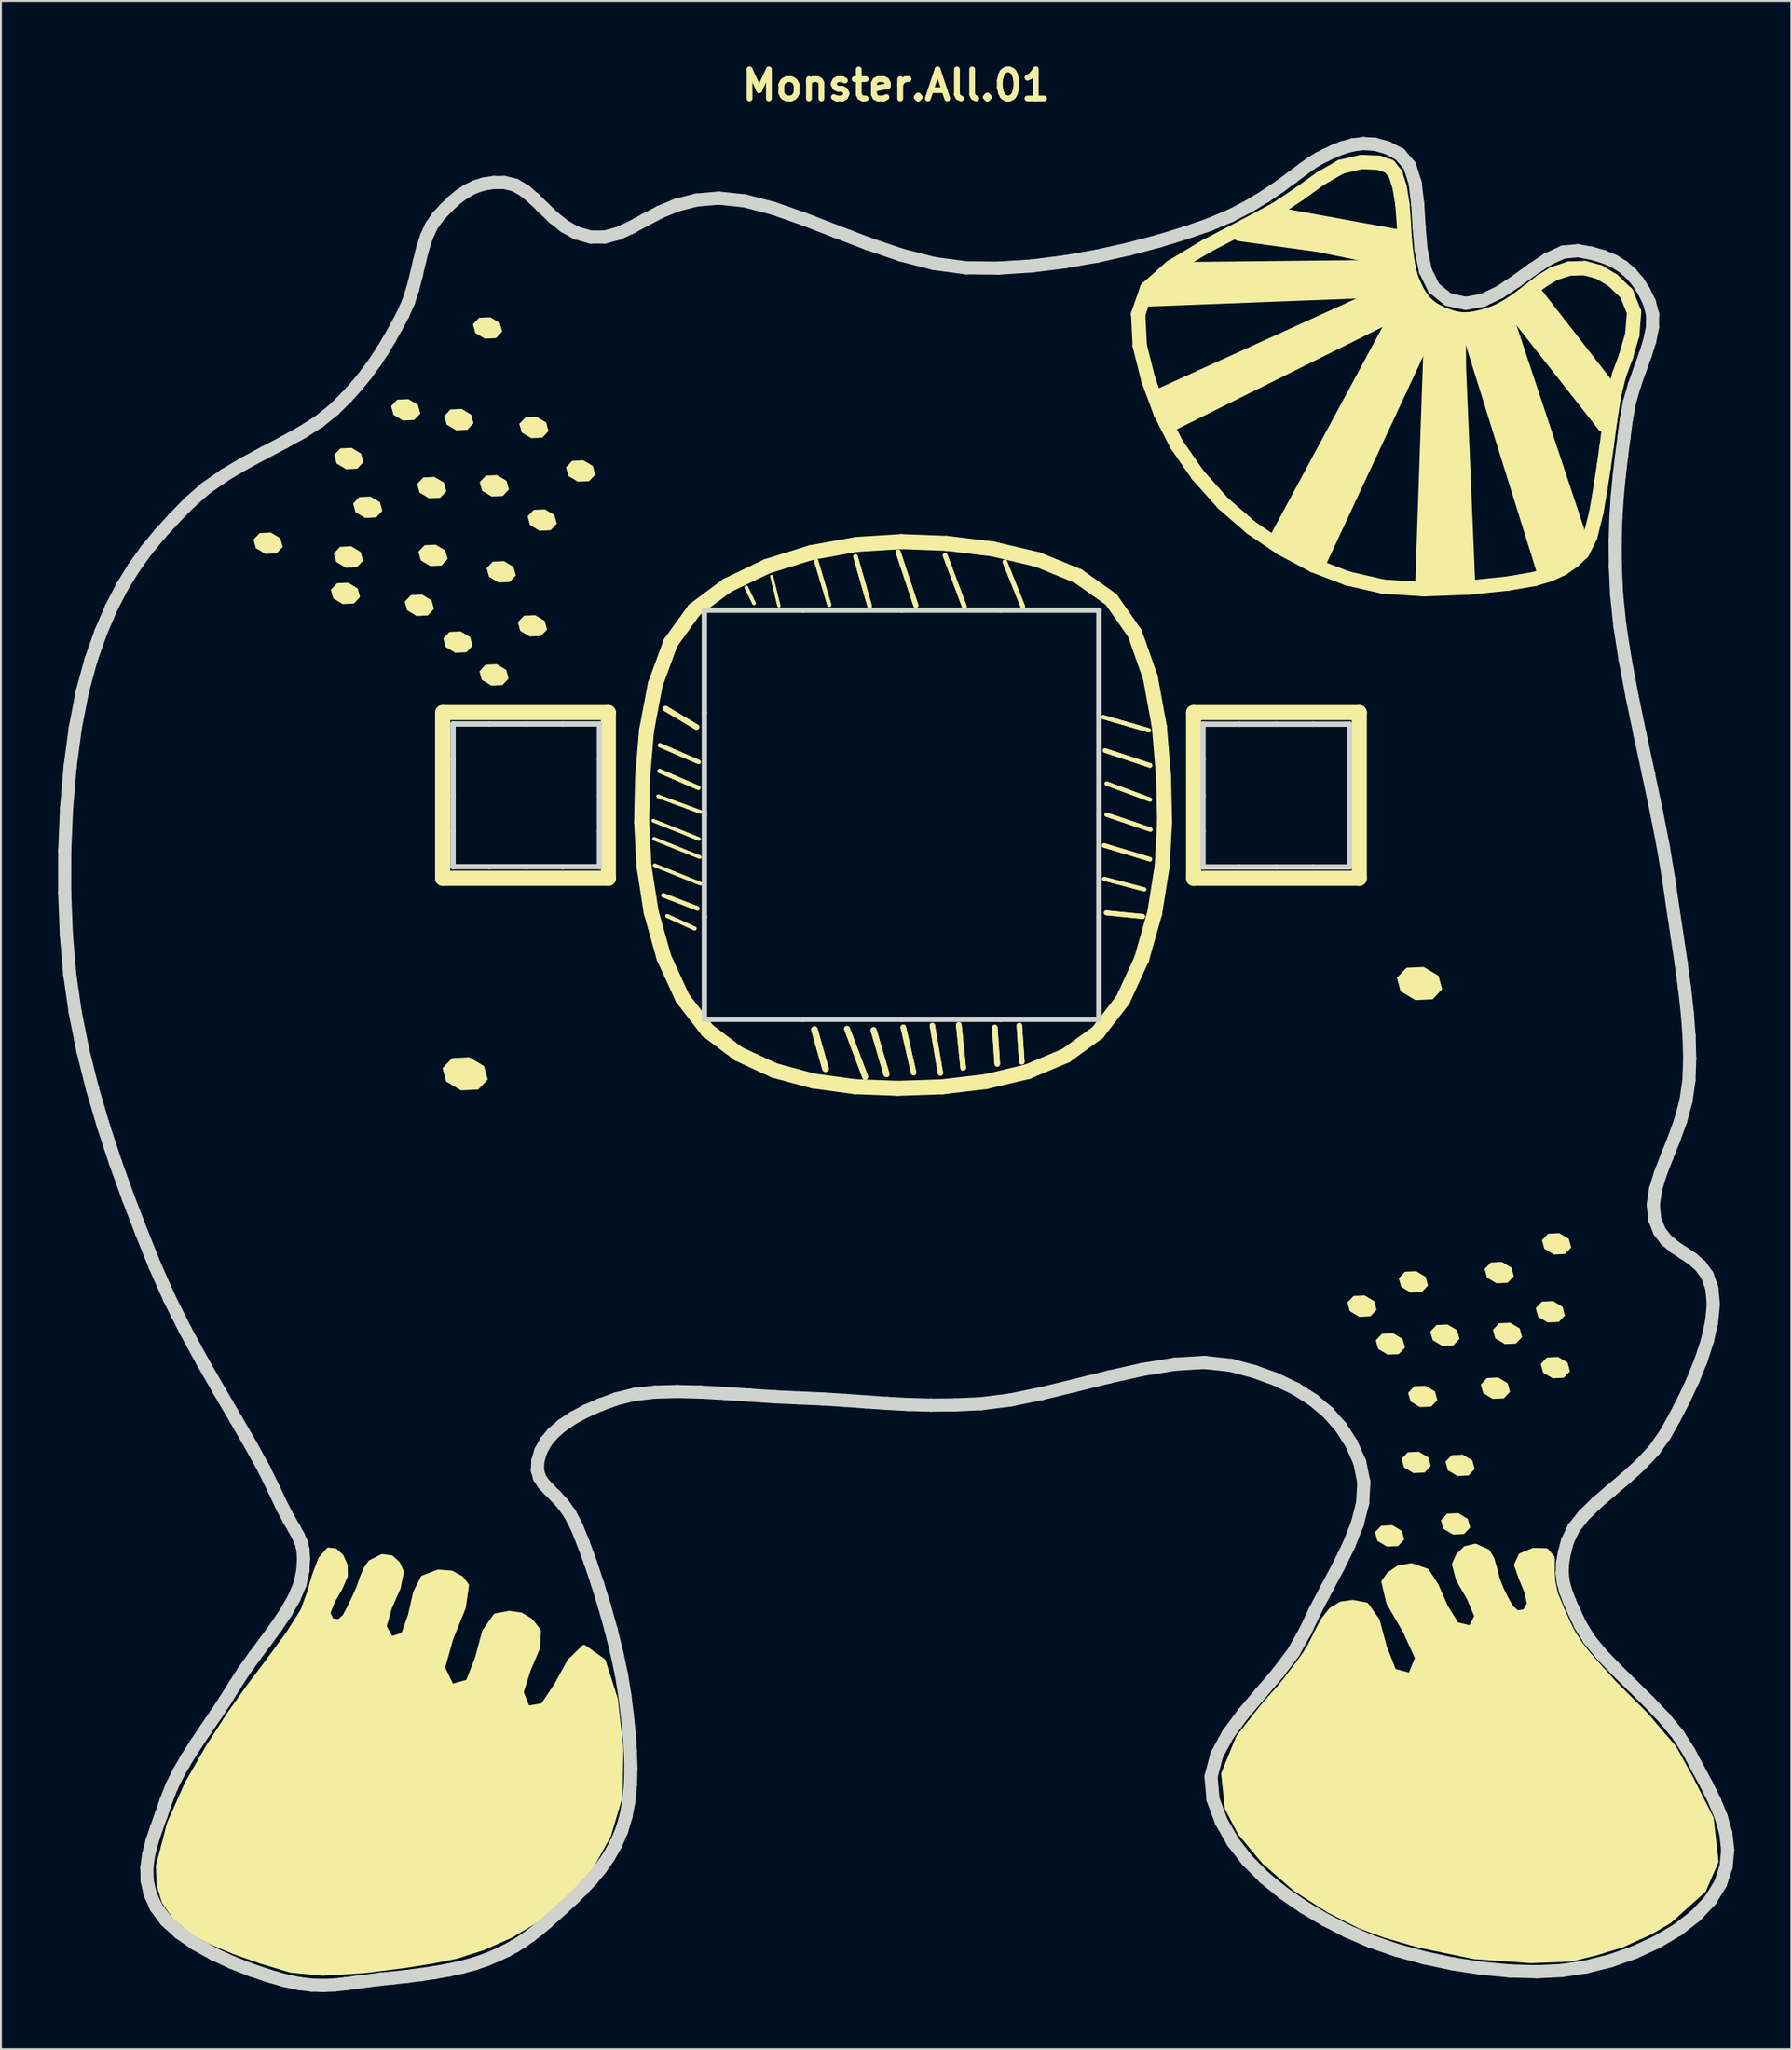
<source format=kicad_pcb>
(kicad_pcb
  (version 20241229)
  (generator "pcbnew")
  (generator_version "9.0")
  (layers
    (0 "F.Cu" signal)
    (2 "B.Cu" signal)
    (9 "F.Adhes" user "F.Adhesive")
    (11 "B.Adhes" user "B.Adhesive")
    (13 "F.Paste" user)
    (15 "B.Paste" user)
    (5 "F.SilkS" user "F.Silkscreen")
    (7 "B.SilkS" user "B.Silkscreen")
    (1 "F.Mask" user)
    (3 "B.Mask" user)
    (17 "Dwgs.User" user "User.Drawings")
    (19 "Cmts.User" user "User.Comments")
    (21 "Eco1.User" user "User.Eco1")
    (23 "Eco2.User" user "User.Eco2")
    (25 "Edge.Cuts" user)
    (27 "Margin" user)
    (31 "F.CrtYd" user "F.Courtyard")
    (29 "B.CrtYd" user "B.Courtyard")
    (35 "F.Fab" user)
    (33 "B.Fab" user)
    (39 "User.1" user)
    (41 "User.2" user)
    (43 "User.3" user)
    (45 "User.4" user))
  (footprint "Monster.All.01"
    (layer "F.Cu")
    (at 43.983 52.8)
    (property "Reference" "Monster.All.01" (at 0 -51.373 0) (layer "F.SilkS") (effects (font (size 1.524 1.524) (thickness 0.305))))
    (attr smd)
    (fp_line (start -23.797 -18.462) (end -15.102 -18.462) (stroke (width 0.794) (type solid)) (layer "F.SilkS"))
    (fp_line (start -23.797 -9.767) (end -23.797 -18.462) (stroke (width 0.794) (type solid)) (layer "F.SilkS"))
    (fp_line (start -15.102 -18.462) (end -15.102 -9.767) (stroke (width 0.794) (type solid)) (layer "F.SilkS"))
    (fp_line (start -15.102 -9.767) (end -23.797 -9.767) (stroke (width 0.794) (type solid)) (layer "F.SilkS"))
    (fp_line (start -13.356 -12.712) (end -13.307 -15.032) (stroke (width 0.786) (type solid)) (layer "F.SilkS"))
    (fp_line (start -13.307 -15.032) (end -13.099 -17.511) (stroke (width 0.786) (type solid)) (layer "F.SilkS"))
    (fp_line (start -13.234 -10.413) (end -13.356 -12.712) (stroke (width 0.786) (type solid)) (layer "F.SilkS"))
    (fp_line (start -13.099 -17.511) (end -12.639 -19.944) (stroke (width 0.786) (type solid)) (layer "F.SilkS"))
    (fp_line (start -12.853 -7.984) (end -13.234 -10.413) (stroke (width 0.786) (type solid)) (layer "F.SilkS"))
    (fp_line (start -12.746 -12.792) (end -10.346 -11.828) (stroke (width 0.176) (type solid)) (layer "F.SilkS"))
    (fp_line (start -12.704 -11.842) (end -10.304 -10.877) (stroke (width 0.176) (type solid)) (layer "F.SilkS"))
    (fp_line (start -12.671 -10.449) (end -10.27 -9.485) (stroke (width 0.176) (type solid)) (layer "F.SilkS"))
    (fp_line (start -12.639 -19.944) (end -11.835 -22.124) (stroke (width 0.786) (type solid)) (layer "F.SilkS"))
    (fp_line (start -12.492 -14.069) (end -10.27 -13.251) (stroke (width 0.183) (type solid)) (layer "F.SilkS"))
    (fp_line (start -12.412 -15.397) (end -10.378 -14.515) (stroke (width 0.221) (type solid)) (layer "F.SilkS"))
    (fp_line (start -12.397 -16.75) (end -10.363 -15.869) (stroke (width 0.221) (type solid)) (layer "F.SilkS"))
    (fp_line (start -12.211 -8.875) (end -10.427 -8.186) (stroke (width 0.225) (type solid)) (layer "F.SilkS"))
    (fp_line (start -12.186 -5.61) (end -12.853 -7.984) (stroke (width 0.786) (type solid)) (layer "F.SilkS"))
    (fp_line (start -12.106 -18.672) (end -10.472 -17.703) (stroke (width 0.284) (type solid)) (layer "F.SilkS"))
    (fp_line (start -12.012 -7.79) (end -10.572 -7.13) (stroke (width 0.197) (type solid)) (layer "F.SilkS"))
    (fp_line (start -11.835 -22.124) (end -10.594 -23.845) (stroke (width 0.786) (type solid)) (layer "F.SilkS"))
    (fp_line (start -11.209 -3.48) (end -12.186 -5.61) (stroke (width 0.786) (type solid)) (layer "F.SilkS"))
    (fp_line (start -10.594 -23.845) (end -8.873 -25.129) (stroke (width 0.786) (type solid)) (layer "F.SilkS"))
    (fp_line (start -10.572 -7.13) (end -12.012 -7.79) (stroke (width 0.197) (type solid)) (layer "F.SilkS"))
    (fp_line (start -10.472 -17.703) (end -12.106 -18.672) (stroke (width 0.284) (type solid)) (layer "F.SilkS"))
    (fp_line (start -10.427 -8.186) (end -12.211 -8.875) (stroke (width 0.225) (type solid)) (layer "F.SilkS"))
    (fp_line (start -10.378 -14.515) (end -12.412 -15.397) (stroke (width 0.221) (type solid)) (layer "F.SilkS"))
    (fp_line (start -10.363 -15.869) (end -12.397 -16.75) (stroke (width 0.221) (type solid)) (layer "F.SilkS"))
    (fp_line (start -10.346 -11.828) (end -12.746 -12.792) (stroke (width 0.176) (type solid)) (layer "F.SilkS"))
    (fp_line (start -10.304 -10.877) (end -12.704 -11.842) (stroke (width 0.176) (type solid)) (layer "F.SilkS"))
    (fp_line (start -10.27 -13.251) (end -12.492 -14.069) (stroke (width 0.183) (type solid)) (layer "F.SilkS"))
    (fp_line (start -10.27 -9.485) (end -12.671 -10.449) (stroke (width 0.176) (type solid)) (layer "F.SilkS"))
    (fp_line (start -9.895 -1.78) (end -11.209 -3.48) (stroke (width 0.786) (type solid)) (layer "F.SilkS"))
    (fp_line (start -8.873 -25.129) (end -6.786 -26.132) (stroke (width 0.786) (type solid)) (layer "F.SilkS"))
    (fp_line (start -8.267 -0.554) (end -9.895 -1.78) (stroke (width 0.786) (type solid)) (layer "F.SilkS"))
    (fp_line (start -7.864 -25.03) (end -7.459 -24.199) (stroke (width 0.182) (type solid)) (layer "F.SilkS"))
    (fp_line (start -7.459 -24.199) (end -7.864 -25.03) (stroke (width 0.182) (type solid)) (layer "F.SilkS"))
    (fp_line (start -6.786 -26.132) (end -4.473 -26.852) (stroke (width 0.786) (type solid)) (layer "F.SilkS"))
    (fp_line (start -6.528 -25.606) (end -6.152 -24.063) (stroke (width 0.155) (type solid)) (layer "F.SilkS"))
    (fp_line (start -6.399 0.311) (end -8.267 -0.554) (stroke (width 0.786) (type solid)) (layer "F.SilkS"))
    (fp_line (start -6.152 -24.063) (end -6.528 -25.606) (stroke (width 0.155) (type solid)) (layer "F.SilkS"))
    (fp_line (start -4.473 -26.852) (end -2.072 -27.286) (stroke (width 0.786) (type solid)) (layer "F.SilkS"))
    (fp_line (start -4.347 0.867) (end -6.399 0.311) (stroke (width 0.786) (type solid)) (layer "F.SilkS"))
    (fp_line (start -4.286 -1.83) (end -3.707 0.219) (stroke (width 0.342) (type solid)) (layer "F.SilkS"))
    (fp_line (start -4.196 -26.423) (end -3.508 -24.118) (stroke (width 0.215) (type solid)) (layer "F.SilkS"))
    (fp_line (start -3.707 0.219) (end -4.286 -1.83) (stroke (width 0.342) (type solid)) (layer "F.SilkS"))
    (fp_line (start -3.508 -24.118) (end -4.196 -26.423) (stroke (width 0.215) (type solid)) (layer "F.SilkS"))
    (fp_line (start -2.575 -1.869) (end -1.623 0.65) (stroke (width 0.307) (type solid)) (layer "F.SilkS"))
    (fp_line (start -2.166 1.163) (end -4.347 0.867) (stroke (width 0.786) (type solid)) (layer "F.SilkS"))
    (fp_line (start -2.131 -26.647) (end -1.389 -24.053) (stroke (width 0.24) (type solid)) (layer "F.SilkS"))
    (fp_line (start -2.072 -27.286) (end 0.275 -27.432) (stroke (width 0.786) (type solid)) (layer "F.SilkS"))
    (fp_line (start -1.623 0.65) (end -2.575 -1.869) (stroke (width 0.307) (type solid)) (layer "F.SilkS"))
    (fp_line (start -1.389 -24.053) (end -2.131 -26.647) (stroke (width 0.24) (type solid)) (layer "F.SilkS"))
    (fp_line (start -1.181 -1.799) (end -0.505 0.509) (stroke (width 0.315) (type solid)) (layer "F.SilkS"))
    (fp_line (start -0.505 0.509) (end -1.181 -1.799) (stroke (width 0.315) (type solid)) (layer "F.SilkS"))
    (fp_line (start 0.089 1.251) (end -2.166 1.163) (stroke (width 0.786) (type solid)) (layer "F.SilkS"))
    (fp_line (start 0.108 -26.885) (end 1.037 -24.089) (stroke (width 0.259) (type solid)) (layer "F.SilkS"))
    (fp_line (start 0.275 -27.432) (end 2.637 -27.344) (stroke (width 0.786) (type solid)) (layer "F.SilkS"))
    (fp_line (start 0.378 -1.95) (end 0.92 0.429) (stroke (width 0.287) (type solid)) (layer "F.SilkS"))
    (fp_line (start 0.92 0.429) (end 0.378 -1.95) (stroke (width 0.287) (type solid)) (layer "F.SilkS"))
    (fp_line (start 1.037 -24.089) (end 0.108 -26.885) (stroke (width 0.259) (type solid)) (layer "F.SilkS"))
    (fp_line (start 1.903 -2.045) (end 2.327 0.452) (stroke (width 0.276) (type solid)) (layer "F.SilkS"))
    (fp_line (start 2.327 0.452) (end 1.903 -2.045) (stroke (width 0.276) (type solid)) (layer "F.SilkS"))
    (fp_line (start 2.397 1.174) (end 0.089 1.251) (stroke (width 0.786) (type solid)) (layer "F.SilkS"))
    (fp_line (start 2.575 -26.709) (end 3.581 -24.034) (stroke (width 0.248) (type solid)) (layer "F.SilkS"))
    (fp_line (start 2.637 -27.344) (end 5.072 -27.048) (stroke (width 0.786) (type solid)) (layer "F.SilkS"))
    (fp_line (start 3.291 -2.073) (end 3.522 0.177) (stroke (width 0.292) (type solid)) (layer "F.SilkS"))
    (fp_line (start 3.522 0.177) (end 3.291 -2.073) (stroke (width 0.292) (type solid)) (layer "F.SilkS"))
    (fp_line (start 3.581 -24.034) (end 2.575 -26.709) (stroke (width 0.248) (type solid)) (layer "F.SilkS"))
    (fp_line (start 4.705 0.902) (end 2.397 1.174) (stroke (width 0.786) (type solid)) (layer "F.SilkS"))
    (fp_line (start 5.072 -27.048) (end 7.427 -26.492) (stroke (width 0.786) (type solid)) (layer "F.SilkS"))
    (fp_line (start 5.182 -1.936) (end 5.31 -0.03) (stroke (width 0.289) (type solid)) (layer "F.SilkS"))
    (fp_line (start 5.31 -0.03) (end 5.182 -1.936) (stroke (width 0.289) (type solid)) (layer "F.SilkS"))
    (fp_line (start 5.712 -26.365) (end 6.652 -24.021) (stroke (width 0.239) (type solid)) (layer "F.SilkS"))
    (fp_line (start 6.47 -2.043) (end 6.597 -0.138) (stroke (width 0.289) (type solid)) (layer "F.SilkS"))
    (fp_line (start 6.597 -0.138) (end 6.47 -2.043) (stroke (width 0.289) (type solid)) (layer "F.SilkS"))
    (fp_line (start 6.652 -24.021) (end 5.712 -26.365) (stroke (width 0.239) (type solid)) (layer "F.SilkS"))
    (fp_line (start 6.909 0.377) (end 4.705 0.902) (stroke (width 0.786) (type solid)) (layer "F.SilkS"))
    (fp_line (start 7.427 -26.492) (end 9.549 -25.626) (stroke (width 0.786) (type solid)) (layer "F.SilkS"))
    (fp_line (start 8.904 -0.464) (end 6.909 0.377) (stroke (width 0.786) (type solid)) (layer "F.SilkS"))
    (fp_line (start 9.549 -25.626) (end 11.284 -24.4) (stroke (width 0.786) (type solid)) (layer "F.SilkS"))
    (fp_line (start 10.585 -1.679) (end 8.904 -0.464) (stroke (width 0.786) (type solid)) (layer "F.SilkS"))
    (fp_line (start 10.876 -18.221) (end 13.266 -17.531) (stroke (width 0.22) (type solid)) (layer "F.SilkS"))
    (fp_line (start 10.919 -11.49) (end 13.324 -10.765) (stroke (width 0.231) (type solid)) (layer "F.SilkS"))
    (fp_line (start 10.927 -9.738) (end 13.027 -9.184) (stroke (width 0.211) (type solid)) (layer "F.SilkS"))
    (fp_line (start 10.963 -16.473) (end 13.33 -15.689) (stroke (width 0.237) (type solid)) (layer "F.SilkS"))
    (fp_line (start 11.035 -7.956) (end 12.946 -7.762) (stroke (width 0.253) (type solid)) (layer "F.SilkS"))
    (fp_line (start 11.048 -13.104) (end 13.354 -12.32) (stroke (width 0.221) (type solid)) (layer "F.SilkS"))
    (fp_line (start 11.051 -14.741) (end 13.326 -13.894) (stroke (width 0.217) (type solid)) (layer "F.SilkS"))
    (fp_line (start 11.284 -24.4) (end 12.529 -22.622) (stroke (width 0.786) (type solid)) (layer "F.SilkS"))
    (fp_line (start 11.903 -3.39) (end 10.585 -1.679) (stroke (width 0.786) (type solid)) (layer "F.SilkS"))
    (fp_line (start 12.529 -22.622) (end 13.345 -20.304) (stroke (width 0.786) (type solid)) (layer "F.SilkS"))
    (fp_line (start 12.705 -39.37) (end 12.789 -37.706) (stroke (width 0.751) (type solid)) (layer "F.SilkS"))
    (fp_line (start 12.789 -37.706) (end 13.242 -35.91) (stroke (width 0.751) (type solid)) (layer "F.SilkS"))
    (fp_line (start 12.892 -5.545) (end 11.903 -3.39) (stroke (width 0.786) (type solid)) (layer "F.SilkS"))
    (fp_line (start 12.946 -7.762) (end 11.035 -7.956) (stroke (width 0.253) (type solid)) (layer "F.SilkS"))
    (fp_line (start 13.027 -9.184) (end 10.927 -9.738) (stroke (width 0.211) (type solid)) (layer "F.SilkS"))
    (fp_line (start 13.175 -40.707) (end 12.705 -39.37) (stroke (width 0.751) (type solid)) (layer "F.SilkS"))
    (fp_line (start 13.175 -40.707) (end 13.175 -40.707) (stroke (width 0.751) (type solid)) (layer "F.SilkS"))
    (fp_line (start 13.242 -35.91) (end 13.883 -34.179) (stroke (width 0.751) (type solid)) (layer "F.SilkS"))
    (fp_line (start 13.266 -17.531) (end 10.876 -18.221) (stroke (width 0.22) (type solid)) (layer "F.SilkS"))
    (fp_line (start 13.324 -10.765) (end 10.919 -11.49) (stroke (width 0.231) (type solid)) (layer "F.SilkS"))
    (fp_line (start 13.326 -13.894) (end 11.051 -14.741) (stroke (width 0.217) (type solid)) (layer "F.SilkS"))
    (fp_line (start 13.33 -15.689) (end 10.963 -16.473) (stroke (width 0.237) (type solid)) (layer "F.SilkS"))
    (fp_line (start 13.345 -20.304) (end 13.819 -17.707) (stroke (width 0.786) (type solid)) (layer "F.SilkS"))
    (fp_line (start 13.354 -12.32) (end 11.048 -13.104) (stroke (width 0.221) (type solid)) (layer "F.SilkS"))
    (fp_line (start 13.573 -7.948) (end 12.892 -5.545) (stroke (width 0.786) (type solid)) (layer "F.SilkS"))
    (fp_line (start 13.819 -17.707) (end 14.039 -15.09) (stroke (width 0.786) (type solid)) (layer "F.SilkS"))
    (fp_line (start 13.883 -34.179) (end 14.72 -32.536) (stroke (width 0.751) (type solid)) (layer "F.SilkS"))
    (fp_line (start 13.966 -10.403) (end 13.573 -7.948) (stroke (width 0.786) (type solid)) (layer "F.SilkS"))
    (fp_line (start 14.039 -15.09) (end 14.092 -12.712) (stroke (width 0.786) (type solid)) (layer "F.SilkS"))
    (fp_line (start 14.092 -12.712) (end 13.966 -10.403) (stroke (width 0.786) (type solid)) (layer "F.SilkS"))
    (fp_line (start 14.439 -41.834) (end 13.175 -40.707) (stroke (width 0.751) (type solid)) (layer "F.SilkS"))
    (fp_line (start 14.72 -32.536) (end 15.836 -30.927) (stroke (width 0.751) (type solid)) (layer "F.SilkS"))
    (fp_line (start 15.616 -18.462) (end 24.311 -18.462) (stroke (width 0.794) (type solid)) (layer "F.SilkS"))
    (fp_line (start 15.616 -9.767) (end 15.616 -18.462) (stroke (width 0.794) (type solid)) (layer "F.SilkS"))
    (fp_line (start 15.836 -30.927) (end 17.165 -29.439) (stroke (width 0.751) (type solid)) (layer "F.SilkS"))
    (fp_line (start 16.302 -42.949) (end 14.439 -41.834) (stroke (width 0.751) (type solid)) (layer "F.SilkS"))
    (fp_line (start 17.165 -29.439) (end 18.64 -28.158) (stroke (width 0.751) (type solid)) (layer "F.SilkS"))
    (fp_line (start 18.292 -43.982) (end 16.302 -42.949) (stroke (width 0.751) (type solid)) (layer "F.SilkS"))
    (fp_line (start 18.64 -28.158) (end 20.225 -27.083) (stroke (width 0.751) (type solid)) (layer "F.SilkS"))
    (fp_line (start 19.936 -44.862) (end 18.292 -43.982) (stroke (width 0.751) (type solid)) (layer "F.SilkS"))
    (fp_line (start 20.225 -27.083) (end 21.917 -26.183) (stroke (width 0.751) (type solid)) (layer "F.SilkS"))
    (fp_line (start 21.169 -45.686) (end 19.936 -44.862) (stroke (width 0.751) (type solid)) (layer "F.SilkS"))
    (fp_line (start 21.917 -26.183) (end 23.705 -25.498) (stroke (width 0.751) (type solid)) (layer "F.SilkS"))
    (fp_line (start 22.285 -46.488) (end 21.169 -45.686) (stroke (width 0.751) (type solid)) (layer "F.SilkS"))
    (fp_line (start 23.349 -47.1) (end 22.285 -46.488) (stroke (width 0.751) (type solid)) (layer "F.SilkS"))
    (fp_line (start 23.705 -25.498) (end 25.573 -25.071) (stroke (width 0.751) (type solid)) (layer "F.SilkS"))
    (fp_line (start 24.311 -18.462) (end 24.311 -9.767) (stroke (width 0.794) (type solid)) (layer "F.SilkS"))
    (fp_line (start 24.311 -9.767) (end 15.616 -9.767) (stroke (width 0.794) (type solid)) (layer "F.SilkS"))
    (fp_line (start 24.427 -47.353) (end 23.349 -47.1) (stroke (width 0.751) (type solid)) (layer "F.SilkS"))
    (fp_line (start 25.326 -47.314) (end 24.427 -47.353) (stroke (width 0.751) (type solid)) (layer "F.SilkS"))
    (fp_line (start 25.573 -25.071) (end 27.706 -24.931) (stroke (width 0.751) (type solid)) (layer "F.SilkS"))
    (fp_line (start 25.885 -47.121) (end 25.326 -47.314) (stroke (width 0.751) (type solid)) (layer "F.SilkS"))
    (fp_line (start 26.216 -46.71) (end 25.885 -47.121) (stroke (width 0.751) (type solid)) (layer "F.SilkS"))
    (fp_line (start 26.432 -46.017) (end 26.216 -46.71) (stroke (width 0.751) (type solid)) (layer "F.SilkS"))
    (fp_line (start 26.576 -45.118) (end 26.432 -46.017) (stroke (width 0.751) (type solid)) (layer "F.SilkS"))
    (fp_line (start 26.647 -44.178) (end 26.576 -45.118) (stroke (width 0.751) (type solid)) (layer "F.SilkS"))
    (fp_line (start 26.7 -43.266) (end 26.647 -44.178) (stroke (width 0.751) (type solid)) (layer "F.SilkS"))
    (fp_line (start 26.787 -42.453) (end 26.7 -43.266) (stroke (width 0.751) (type solid)) (layer "F.SilkS"))
    (fp_line (start 26.889 -41.85) (end 26.787 -42.453) (stroke (width 0.751) (type solid)) (layer "F.SilkS"))
    (fp_line (start 26.984 -41.425) (end 26.889 -41.85) (stroke (width 0.751) (type solid)) (layer "F.SilkS"))
    (fp_line (start 27.126 -41.033) (end 26.984 -41.425) (stroke (width 0.751) (type solid)) (layer "F.SilkS"))
    (fp_line (start 27.365 -40.526) (end 27.126 -41.033) (stroke (width 0.751) (type solid)) (layer "F.SilkS"))
    (fp_line (start 27.706 -24.931) (end 30.018 -25.017) (stroke (width 0.751) (type solid)) (layer "F.SilkS"))
    (fp_line (start 27.709 -40.014) (end 27.365 -40.526) (stroke (width 0.751) (type solid)) (layer "F.SilkS"))
    (fp_line (start 28.109 -39.666) (end 27.709 -40.014) (stroke (width 0.751) (type solid)) (layer "F.SilkS"))
    (fp_line (start 28.536 -39.431) (end 28.109 -39.666) (stroke (width 0.751) (type solid)) (layer "F.SilkS"))
    (fp_line (start 28.959 -39.259) (end 28.536 -39.431) (stroke (width 0.751) (type solid)) (layer "F.SilkS"))
    (fp_line (start 29.369 -39.136) (end 28.959 -39.259) (stroke (width 0.751) (type solid)) (layer "F.SilkS"))
    (fp_line (start 29.791 -39.087) (end 29.369 -39.136) (stroke (width 0.751) (type solid)) (layer "F.SilkS"))
    (fp_line (start 30.018 -25.017) (end 32.084 -25.228) (stroke (width 0.751) (type solid)) (layer "F.SilkS"))
    (fp_line (start 30.239 -39.115) (end 29.791 -39.087) (stroke (width 0.751) (type solid)) (layer "F.SilkS"))
    (fp_line (start 30.731 -39.222) (end 30.239 -39.115) (stroke (width 0.751) (type solid)) (layer "F.SilkS"))
    (fp_line (start 31.189 -39.359) (end 30.731 -39.222) (stroke (width 0.751) (type solid)) (layer "F.SilkS"))
    (fp_line (start 31.585 -39.513) (end 31.189 -39.359) (stroke (width 0.751) (type solid)) (layer "F.SilkS"))
    (fp_line (start 32.014 -39.74) (end 31.585 -39.513) (stroke (width 0.751) (type solid)) (layer "F.SilkS"))
    (fp_line (start 32.084 -25.228) (end 33.481 -25.466) (stroke (width 0.751) (type solid)) (layer "F.SilkS"))
    (fp_line (start 32.568 -40.098) (end 32.014 -39.74) (stroke (width 0.751) (type solid)) (layer "F.SilkS"))
    (fp_line (start 33.204 -40.579) (end 32.568 -40.098) (stroke (width 0.751) (type solid)) (layer "F.SilkS"))
    (fp_line (start 33.481 -25.466) (end 34.306 -25.712) (stroke (width 0.751) (type solid)) (layer "F.SilkS"))
    (fp_line (start 33.846 -41.076) (end 33.204 -40.579) (stroke (width 0.751) (type solid)) (layer "F.SilkS"))
    (fp_line (start 34.306 -25.712) (end 34.971 -26.021) (stroke (width 0.751) (type solid)) (layer "F.SilkS"))
    (fp_line (start 34.539 -41.499) (end 33.846 -41.076) (stroke (width 0.751) (type solid)) (layer "F.SilkS"))
    (fp_line (start 34.971 -26.021) (end 35.525 -26.403) (stroke (width 0.751) (type solid)) (layer "F.SilkS"))
    (fp_line (start 35.325 -41.756) (end 34.539 -41.499) (stroke (width 0.751) (type solid)) (layer "F.SilkS"))
    (fp_line (start 35.525 -26.403) (end 36.019 -26.868) (stroke (width 0.751) (type solid)) (layer "F.SilkS"))
    (fp_line (start 36.019 -26.868) (end 36.44 -27.71) (stroke (width 0.751) (type solid)) (layer "F.SilkS"))
    (fp_line (start 36.139 -41.784) (end 35.325 -41.756) (stroke (width 0.751) (type solid)) (layer "F.SilkS"))
    (fp_line (start 36.44 -27.71) (end 36.755 -28.978) (stroke (width 0.751) (type solid)) (layer "F.SilkS"))
    (fp_line (start 36.755 -28.978) (end 36.983 -30.32) (stroke (width 0.751) (type solid)) (layer "F.SilkS"))
    (fp_line (start 36.897 -41.579) (end 36.139 -41.784) (stroke (width 0.751) (type solid)) (layer "F.SilkS"))
    (fp_line (start 36.983 -30.32) (end 37.145 -31.383) (stroke (width 0.751) (type solid)) (layer "F.SilkS"))
    (fp_line (start 37.145 -31.383) (end 37.295 -32.444) (stroke (width 0.751) (type solid)) (layer "F.SilkS"))
    (fp_line (start 37.295 -32.444) (end 37.477 -33.804) (stroke (width 0.751) (type solid)) (layer "F.SilkS"))
    (fp_line (start 37.477 -33.804) (end 37.694 -35.155) (stroke (width 0.751) (type solid)) (layer "F.SilkS"))
    (fp_line (start 37.623 -41.137) (end 36.897 -41.579) (stroke (width 0.751) (type solid)) (layer "F.SilkS"))
    (fp_line (start 37.694 -35.155) (end 37.95 -36.183) (stroke (width 0.751) (type solid)) (layer "F.SilkS"))
    (fp_line (start 37.95 -36.183) (end 38.301 -37.129) (stroke (width 0.751) (type solid)) (layer "F.SilkS"))
    (fp_line (start 38.301 -37.129) (end 38.641 -38.297) (stroke (width 0.751) (type solid)) (layer "F.SilkS"))
    (fp_line (start 38.338 -40.453) (end 37.623 -41.137) (stroke (width 0.751) (type solid)) (layer "F.SilkS"))
    (fp_line (start 38.641 -38.297) (end 38.733 -39.476) (stroke (width 0.751) (type solid)) (layer "F.SilkS"))
    (fp_line (start 38.733 -39.476) (end 38.338 -40.453) (stroke (width 0.751) (type solid)) (layer "F.SilkS"))
    (fp_poly (pts (xy 14.503 -41.73) (xy 13.351 -40.139) (xy 26.598 -40.652) (xy 26.616 -41.857) (xy 14.503 -41.73)) (stroke (width 0.737) (type solid)) (fill yes) (layer "F.SilkS"))
    (fp_poly (pts (xy 26.917 -39.802) (xy 26.47 -40.827) (xy 13.731 -35.04) (xy 14.288 -33.522) (xy 26.917 -39.802)) (stroke (width 0.751) (type solid)) (fill yes) (layer "F.SilkS"))
    (fp_poly (pts (xy 29.994 -38.711) (xy 34 -25.88) (xy 35.974 -27.345) (xy 32.046 -39.149) (xy 29.994 -38.711)) (stroke (width 0.751) (type solid)) (fill yes) (layer "F.SilkS"))
    (fp_poly (pts (xy 33.644 -40.328) (xy 32.493 -39.48) (xy 37.163 -33.541) (xy 37.497 -35.377) (xy 33.644 -40.328)) (stroke (width 0.751) (type solid)) (fill yes) (layer "F.SilkS"))
    (fp_poly (pts (xy 19.854 -27.373) (xy 22.132 -26.184) (xy 28.19 -39.172) (xy 27.036 -40.156) (xy 25.922 -38.63) (xy 19.854 -27.373)) (stroke (width 0.751) (type solid)) (fill yes) (layer "F.SilkS"))
    (fp_poly (pts (xy 26.585 -42.1) (xy 26.635 -43.389) (xy 19.923 -44.608) (xy 18.021 -43.574) (xy 22.155 -43.008) (xy 26.585 -42.1)) (stroke (width 0.751) (type solid)) (fill yes) (layer "F.SilkS"))
    (fp_poly (pts (xy 29.523 -38.682) (xy 28.117 -39.432) (xy 27.622 -25.172) (xy 30.026 -25.096) (xy 29.543 -36.534) (xy 29.523 -38.682)) (stroke (width 0.751) (type solid)) (fill yes) (layer "F.SilkS"))
    (fp_poly (pts (xy -32.194 -27.156) (xy -32.518 -26.815) (xy -33.101 -26.786) (xy -33.602 -27.086) (xy -33.727 -27.539) (xy -33.404 -27.88) (xy -32.82 -27.909) (xy -32.319 -27.609) (xy -32.194 -27.156)) (stroke (width 0) (type solid)) (fill yes) (layer "F.SilkS"))
    (fp_poly (pts (xy -28.135 -24.525) (xy -28.459 -24.184) (xy -29.042 -24.155) (xy -29.543 -24.455) (xy -29.669 -24.908) (xy -29.345 -25.249) (xy -28.762 -25.278) (xy -28.261 -24.978) (xy -28.135 -24.525)) (stroke (width 0) (type solid)) (fill yes) (layer "F.SilkS"))
    (fp_poly (pts (xy -27.976 -26.434) (xy -28.3 -26.093) (xy -28.883 -26.064) (xy -29.385 -26.364) (xy -29.51 -26.817) (xy -29.186 -27.158) (xy -28.603 -27.187) (xy -28.102 -26.887) (xy -27.976 -26.434)) (stroke (width 0) (type solid)) (fill yes) (layer "F.SilkS"))
    (fp_poly (pts (xy -27.958 -31.6) (xy -28.282 -31.259) (xy -28.865 -31.231) (xy -29.366 -31.53) (xy -29.492 -31.984) (xy -29.168 -32.324) (xy -28.585 -32.353) (xy -28.083 -32.053) (xy -27.958 -31.6)) (stroke (width 0) (type solid)) (fill yes) (layer "F.SilkS"))
    (fp_poly (pts (xy -26.966 -29.045) (xy -27.29 -28.704) (xy -27.873 -28.676) (xy -28.374 -28.975) (xy -28.499 -29.429) (xy -28.176 -29.769) (xy -27.592 -29.798) (xy -27.091 -29.498) (xy -26.966 -29.045)) (stroke (width 0) (type solid)) (fill yes) (layer "F.SilkS"))
    (fp_poly (pts (xy -24.973 -34.156) (xy -25.296 -33.815) (xy -25.88 -33.786) (xy -26.381 -34.086) (xy -26.506 -34.539) (xy -26.182 -34.88) (xy -25.599 -34.909) (xy -25.098 -34.609) (xy -24.973 -34.156)) (stroke (width 0) (type solid)) (fill yes) (layer "F.SilkS"))
    (fp_poly (pts (xy -24.257 -23.9) (xy -24.581 -23.559) (xy -25.164 -23.53) (xy -25.665 -23.83) (xy -25.791 -24.283) (xy -25.467 -24.624) (xy -24.883 -24.653) (xy -24.382 -24.353) (xy -24.257 -23.9)) (stroke (width 0) (type solid)) (fill yes) (layer "F.SilkS"))
    (fp_poly (pts (xy -23.606 -30.075) (xy -23.93 -29.734) (xy -24.513 -29.705) (xy -25.014 -30.005) (xy -25.139 -30.458) (xy -24.816 -30.799) (xy -24.232 -30.828) (xy -23.731 -30.528) (xy -23.606 -30.075)) (stroke (width 0) (type solid)) (fill yes) (layer "F.SilkS"))
    (fp_poly (pts (xy -23.54 -26.519) (xy -23.864 -26.178) (xy -24.447 -26.149) (xy -24.948 -26.449) (xy -25.074 -26.902) (xy -24.75 -27.243) (xy -24.167 -27.272) (xy -23.665 -26.972) (xy -23.54 -26.519)) (stroke (width 0) (type solid)) (fill yes) (layer "F.SilkS"))
    (fp_poly (pts (xy -22.231 -21.968) (xy -22.555 -21.627) (xy -23.138 -21.599) (xy -23.639 -21.898) (xy -23.765 -22.352) (xy -23.441 -22.692) (xy -22.857 -22.721) (xy -22.356 -22.421) (xy -22.231 -21.968)) (stroke (width 0) (type solid)) (fill yes) (layer "F.SilkS"))
    (fp_poly (pts (xy -22.18 -33.643) (xy -22.504 -33.302) (xy -23.087 -33.273) (xy -23.588 -33.573) (xy -23.714 -34.026) (xy -23.39 -34.367) (xy -22.807 -34.396) (xy -22.305 -34.096) (xy -22.18 -33.643)) (stroke (width 0) (type solid)) (fill yes) (layer "F.SilkS"))
    (fp_poly (pts (xy -21.432 0.788) (xy -21.934 1.316) (xy -22.837 1.361) (xy -23.614 0.896) (xy -23.808 0.194) (xy -23.306 -0.334) (xy -22.403 -0.379) (xy -21.626 0.086) (xy -21.432 0.788)) (stroke (width 0) (type solid)) (fill yes) (layer "F.SilkS"))
    (fp_poly (pts (xy -20.677 -38.452) (xy -21.001 -38.111) (xy -21.584 -38.082) (xy -22.085 -38.382) (xy -22.211 -38.835) (xy -21.887 -39.176) (xy -21.304 -39.205) (xy -20.802 -38.905) (xy -20.677 -38.452)) (stroke (width 0) (type solid)) (fill yes) (layer "F.SilkS"))
    (fp_poly (pts (xy -20.337 -20.248) (xy -20.661 -19.907) (xy -21.244 -19.878) (xy -21.745 -20.178) (xy -21.87 -20.631) (xy -21.547 -20.972) (xy -20.963 -21.001) (xy -20.462 -20.701) (xy -20.337 -20.248)) (stroke (width 0) (type solid)) (fill yes) (layer "F.SilkS"))
    (fp_poly (pts (xy -20.321 -30.169) (xy -20.645 -29.828) (xy -21.228 -29.799) (xy -21.729 -30.099) (xy -21.854 -30.552) (xy -21.531 -30.893) (xy -20.947 -30.922) (xy -20.446 -30.622) (xy -20.321 -30.169)) (stroke (width 0) (type solid)) (fill yes) (layer "F.SilkS"))
    (fp_poly (pts (xy -19.957 -25.656) (xy -20.281 -25.315) (xy -20.864 -25.286) (xy -21.365 -25.586) (xy -21.491 -26.039) (xy -21.167 -26.38) (xy -20.583 -26.409) (xy -20.082 -26.109) (xy -19.957 -25.656)) (stroke (width 0) (type solid)) (fill yes) (layer "F.SilkS"))
    (fp_poly (pts (xy -18.319 -22.82) (xy -18.643 -22.48) (xy -19.226 -22.451) (xy -19.727 -22.751) (xy -19.852 -23.204) (xy -19.529 -23.544) (xy -18.945 -23.573) (xy -18.444 -23.273) (xy -18.319 -22.82)) (stroke (width 0) (type solid)) (fill yes) (layer "F.SilkS"))
    (fp_poly (pts (xy -18.243 -33.23) (xy -18.567 -32.889) (xy -19.15 -32.86) (xy -19.651 -33.16) (xy -19.777 -33.613) (xy -19.453 -33.954) (xy -18.87 -33.983) (xy -18.369 -33.683) (xy -18.243 -33.23)) (stroke (width 0) (type solid)) (fill yes) (layer "F.SilkS"))
    (fp_poly (pts (xy -17.809 -28.374) (xy -18.133 -28.033) (xy -18.716 -28.004) (xy -19.217 -28.304) (xy -19.342 -28.757) (xy -19.019 -29.098) (xy -18.435 -29.127) (xy -17.934 -28.827) (xy -17.809 -28.374)) (stroke (width 0) (type solid)) (fill yes) (layer "F.SilkS"))
    (fp_poly (pts (xy -15.791 -30.946) (xy -16.115 -30.605) (xy -16.698 -30.576) (xy -17.199 -30.876) (xy -17.325 -31.329) (xy -17.001 -31.67) (xy -16.417 -31.699) (xy -15.916 -31.399) (xy -15.791 -30.946)) (stroke (width 0) (type solid)) (fill yes) (layer "F.SilkS"))
    (fp_poly (pts (xy 25.22 12.871) (xy 24.896 13.211) (xy 24.313 13.24) (xy 23.812 12.94) (xy 23.686 12.487) (xy 24.01 12.147) (xy 24.593 12.118) (xy 25.094 12.418) (xy 25.22 12.871)) (stroke (width 0) (type solid)) (fill yes) (layer "F.SilkS"))
    (fp_poly (pts (xy 26.671 24.926) (xy 26.347 25.267) (xy 25.764 25.296) (xy 25.262 24.996) (xy 25.137 24.543) (xy 25.461 24.202) (xy 26.044 24.173) (xy 26.545 24.473) (xy 26.671 24.926)) (stroke (width 0) (type solid)) (fill yes) (layer "F.SilkS"))
    (fp_poly (pts (xy 26.711 14.855) (xy 26.387 15.196) (xy 25.804 15.225) (xy 25.303 14.925) (xy 25.177 14.472) (xy 25.501 14.131) (xy 26.085 14.102) (xy 26.586 14.402) (xy 26.711 14.855)) (stroke (width 0) (type solid)) (fill yes) (layer "F.SilkS"))
    (fp_poly (pts (xy 27.92 11.598) (xy 27.596 11.939) (xy 27.013 11.968) (xy 26.512 11.668) (xy 26.387 11.215) (xy 26.71 10.874) (xy 27.294 10.845) (xy 27.795 11.145) (xy 27.92 11.598)) (stroke (width 0) (type solid)) (fill yes) (layer "F.SilkS"))
    (fp_poly (pts (xy 28.066 21.07) (xy 27.742 21.411) (xy 27.159 21.44) (xy 26.657 21.14) (xy 26.532 20.687) (xy 26.856 20.346) (xy 27.439 20.317) (xy 27.94 20.617) (xy 28.066 21.07)) (stroke (width 0) (type solid)) (fill yes) (layer "F.SilkS"))
    (fp_poly (pts (xy 28.409 17.609) (xy 28.085 17.95) (xy 27.502 17.979) (xy 27.001 17.679) (xy 26.875 17.226) (xy 27.199 16.885) (xy 27.782 16.856) (xy 28.283 17.156) (xy 28.409 17.609)) (stroke (width 0) (type solid)) (fill yes) (layer "F.SilkS"))
    (fp_poly (pts (xy 28.662 -3.95) (xy 28.161 -3.422) (xy 27.257 -3.377) (xy 26.481 -3.841) (xy 26.286 -4.544) (xy 26.788 -5.072) (xy 27.692 -5.116) (xy 28.468 -4.652) (xy 28.662 -3.95)) (stroke (width 0) (type solid)) (fill yes) (layer "F.SilkS"))
    (fp_poly (pts (xy 29.572 14.396) (xy 29.248 14.737) (xy 28.665 14.766) (xy 28.164 14.466) (xy 28.038 14.013) (xy 28.362 13.672) (xy 28.946 13.643) (xy 29.447 13.943) (xy 29.572 14.396)) (stroke (width 0) (type solid)) (fill yes) (layer "F.SilkS"))
    (fp_poly (pts (xy 30.133 24.294) (xy 29.809 24.635) (xy 29.226 24.664) (xy 28.725 24.364) (xy 28.599 23.911) (xy 28.923 23.57) (xy 29.506 23.541) (xy 30.007 23.841) (xy 30.133 24.294)) (stroke (width 0) (type solid)) (fill yes) (layer "F.SilkS"))
    (fp_poly (pts (xy 30.369 21.223) (xy 30.045 21.564) (xy 29.462 21.593) (xy 28.961 21.293) (xy 28.835 20.84) (xy 29.159 20.499) (xy 29.742 20.47) (xy 30.243 20.77) (xy 30.369 21.223)) (stroke (width 0) (type solid)) (fill yes) (layer "F.SilkS"))
    (fp_poly (pts (xy 32.223 17.176) (xy 31.899 17.516) (xy 31.316 17.545) (xy 30.815 17.245) (xy 30.69 16.792) (xy 31.013 16.452) (xy 31.597 16.423) (xy 32.098 16.723) (xy 32.223 17.176)) (stroke (width 0) (type solid)) (fill yes) (layer "F.SilkS"))
    (fp_poly (pts (xy 32.423 11.113) (xy 32.099 11.454) (xy 31.516 11.483) (xy 31.015 11.183) (xy 30.89 10.73) (xy 31.213 10.389) (xy 31.797 10.36) (xy 32.298 10.66) (xy 32.423 11.113)) (stroke (width 0) (type solid)) (fill yes) (layer "F.SilkS"))
    (fp_poly (pts (xy 32.857 14.302) (xy 32.533 14.643) (xy 31.95 14.672) (xy 31.449 14.372) (xy 31.324 13.919) (xy 31.647 13.578) (xy 32.231 13.549) (xy 32.732 13.849) (xy 32.857 14.302)) (stroke (width 0) (type solid)) (fill yes) (layer "F.SilkS"))
    (fp_poly (pts (xy 35.106 13.168) (xy 34.782 13.509) (xy 34.199 13.538) (xy 33.698 13.238) (xy 33.573 12.785) (xy 33.896 12.444) (xy 34.48 12.415) (xy 34.981 12.715) (xy 35.106 13.168)) (stroke (width 0) (type solid)) (fill yes) (layer "F.SilkS"))
    (fp_poly (pts (xy 35.369 16.097) (xy 35.045 16.438) (xy 34.462 16.467) (xy 33.961 16.167) (xy 33.835 15.714) (xy 34.159 15.373) (xy 34.743 15.344) (xy 35.244 15.644) (xy 35.369 16.097)) (stroke (width 0) (type solid)) (fill yes) (layer "F.SilkS"))
    (fp_poly (pts (xy 35.434 9.602) (xy 35.11 9.943) (xy 34.526 9.972) (xy 34.025 9.672) (xy 33.9 9.219) (xy 34.224 8.878) (xy 34.807 8.849) (xy 35.308 9.149) (xy 35.434 9.602)) (stroke (width 0) (type solid)) (fill yes) (layer "F.SilkS"))
    (fp_poly (pts (xy -29.784 25.477) (xy -29.441 25.522) (xy -29.123 25.819) (xy -28.918 26.283) (xy -28.911 26.831) (xy -29.186 27.466) (xy -29.584 28.157) (xy -29.828 28.774) (xy -29.642 29.183) (xy -29.226 29.235) (xy -28.926 28.958) (xy -28.68 28.491) (xy -28.43 27.971) (xy -28.201 27.459) (xy -28.023 26.952) (xy -27.839 26.496) (xy -27.593 26.136) (xy -26.975 25.821) (xy -26.496 25.884) (xy -26.16 26.193) (xy -25.971 26.617) (xy -26.132 27.443) (xy -26.595 28.497) (xy -26.879 29.493) (xy -26.506 30.145) (xy -25.854 29.928) (xy -25.492 28.914) (xy -25.218 27.714) (xy -24.831 26.938) (xy -24.024 26.633) (xy -23.34 26.689) (xy -22.831 26.967) (xy -22.55 27.33) (xy -22.718 28.487) (xy -23.371 30.101) (xy -23.81 31.657) (xy -23.334 32.64) (xy -22.46 32.401) (xy -21.977 31.169) (xy -21.593 29.747) (xy -21.018 28.933) (xy -20.303 28.8) (xy -19.694 28.885) (xy -19.186 29.19) (xy -18.773 29.717) (xy -18.821 30.603) (xy -19.318 31.778) (xy -19.685 32.937) (xy -19.347 33.776) (xy -18.539 33.644) (xy -17.826 32.58) (xy -17.132 31.316) (xy -16.38 30.585) (xy -15.376 31.3) (xy -14.735 33.304) (xy -14.444 35.905) (xy -14.487 38.413) (xy -15.103 40.469) (xy -16.074 42.204) (xy -17.307 43.637) (xy -18.714 44.791) (xy -20.204 45.686) (xy -21.686 46.344) (xy -23.07 46.786) (xy -24.267 47.032) (xy -25.789 47.275) (xy -27.923 47.543) (xy -30.106 47.676) (xy -31.77 47.516) (xy -33.27 47.07) (xy -34.764 46.542) (xy -36.049 46) (xy -36.924 45.514) (xy -37.846 44.736) (xy -38.41 43.93) (xy -38.681 43.051) (xy -38.721 42.056) (xy -38.135 39.823) (xy -37.206 37.731) (xy -36.099 35.806) (xy -34.979 34.074) (xy -34.041 32.751) (xy -32.929 31.274) (xy -31.88 29.843) (xy -31.131 28.657) (xy -30.807 27.771) (xy -30.516 26.787) (xy -30.196 25.944) (xy -29.784 25.477) (xy -29.784 25.477)) (stroke (width 0.265) (type solid)) (fill yes) (layer "F.SilkS"))
    (fp_poly (pts (xy 34.44 25.883) (xy 34.123 25.512) (xy 33.443 25.498) (xy 32.794 25.77) (xy 32.569 26.257) (xy 32.797 26.912) (xy 33.097 27.64) (xy 33.244 28.291) (xy 33.014 28.716) (xy 32.593 28.773) (xy 32.281 28.508) (xy 32.023 28.053) (xy 31.767 27.54) (xy 31.555 27.005) (xy 31.414 26.449) (xy 31.267 25.944) (xy 31.037 25.562) (xy 30.402 25.275) (xy 29.887 25.399) (xy 29.514 25.769) (xy 29.308 26.221) (xy 29.519 27.019) (xy 30.092 28.012) (xy 30.487 28.947) (xy 30.164 29.571) (xy 29.412 29.387) (xy 28.829 28.447) (xy 28.335 27.32) (xy 27.847 26.577) (xy 27.046 26.3) (xy 26.374 26.417) (xy 25.878 26.757) (xy 25.602 27.148) (xy 25.864 28.243) (xy 26.726 29.723) (xy 27.373 31.144) (xy 26.992 32.065) (xy 26.118 31.826) (xy 25.635 30.595) (xy 25.251 29.173) (xy 24.676 28.359) (xy 23.961 28.226) (xy 23.352 28.311) (xy 22.844 28.616) (xy 22.431 29.143) (xy 22.255 29.465) (xy 22.086 29.794) (xy 21.915 30.137) (xy 21.728 30.5) (xy 21.483 30.904) (xy 21.16 31.359) (xy 20.787 31.849) (xy 20.391 32.364) (xy 20.098 32.724) (xy 19.813 33.042) (xy 19.521 33.364) (xy 19.207 33.733) (xy 17.977 35.299) (xy 17.194 37.213) (xy 17.385 39.015) (xy 18.063 40.319) (xy 19.338 41.846) (xy 20.964 43.258) (xy 22.7 44.372) (xy 24.337 45.2) (xy 25.672 45.692) (xy 27.469 46.209) (xy 30.342 46.806) (xy 33.311 47.02) (xy 35.392 46.942) (xy 36.747 46.609) (xy 38.101 46.194) (xy 39.55 45.539) (xy 40.581 44.94) (xy 42.38 43.32) (xy 43.035 41.815) (xy 42.778 39.558) (xy 41.693 37.417) (xy 40.83 35.854) (xy 39.317 34.091) (xy 37.657 32.43) (xy 37.252 31.973) (xy 36.776 31.452) (xy 36.306 30.916) (xy 35.915 30.415) (xy 35.587 29.918) (xy 35.373 29.525) (xy 35.188 29.121) (xy 34.949 28.591) (xy 34.616 27.789) (xy 34.472 27.168) (xy 34.44 26.58) (xy 34.44 25.883) (xy 34.44 25.883)) (stroke (width 0.265) (type solid)) (fill yes) (layer "F.SilkS"))
    (fp_line (start -43.638 -8.994) (end -43.551 -6.812) (stroke (width 0.689) (type solid)) (layer "Edge.Cuts"))
    (fp_line (start -43.635 -11.223) (end -43.638 -8.994) (stroke (width 0.689) (type solid)) (layer "Edge.Cuts"))
    (fp_line (start -43.551 -6.812) (end -43.372 -4.73) (stroke (width 0.689) (type solid)) (layer "Edge.Cuts"))
    (fp_line (start -43.54 -13.447) (end -43.635 -11.223) (stroke (width 0.689) (type solid)) (layer "Edge.Cuts"))
    (fp_line (start -43.372 -4.73) (end -43.083 -2.716) (stroke (width 0.689) (type solid)) (layer "Edge.Cuts"))
    (fp_line (start -43.355 -15.613) (end -43.54 -13.447) (stroke (width 0.689) (type solid)) (layer "Edge.Cuts"))
    (fp_line (start -43.083 -2.716) (end -42.679 -0.708) (stroke (width 0.689) (type solid)) (layer "Edge.Cuts"))
    (fp_line (start -43.079 -17.668) (end -43.355 -15.613) (stroke (width 0.689) (type solid)) (layer "Edge.Cuts"))
    (fp_line (start -42.712 -19.56) (end -43.079 -17.668) (stroke (width 0.689) (type solid)) (layer "Edge.Cuts"))
    (fp_line (start -42.679 -0.708) (end -42.18 1.282) (stroke (width 0.689) (type solid)) (layer "Edge.Cuts"))
    (fp_line (start -42.255 -21.236) (end -42.712 -19.56) (stroke (width 0.689) (type solid)) (layer "Edge.Cuts"))
    (fp_line (start -42.18 1.282) (end -41.602 3.243) (stroke (width 0.689) (type solid)) (layer "Edge.Cuts"))
    (fp_line (start -41.74 -22.686) (end -42.255 -21.236) (stroke (width 0.689) (type solid)) (layer "Edge.Cuts"))
    (fp_line (start -41.602 3.243) (end -40.967 5.165) (stroke (width 0.689) (type solid)) (layer "Edge.Cuts"))
    (fp_line (start -41.195 -23.956) (end -41.74 -22.686) (stroke (width 0.689) (type solid)) (layer "Edge.Cuts"))
    (fp_line (start -40.967 5.165) (end -40.291 7.035) (stroke (width 0.689) (type solid)) (layer "Edge.Cuts"))
    (fp_line (start -40.618 -25.074) (end -41.195 -23.956) (stroke (width 0.689) (type solid)) (layer "Edge.Cuts"))
    (fp_line (start -40.291 7.035) (end -39.595 8.842) (stroke (width 0.689) (type solid)) (layer "Edge.Cuts"))
    (fp_line (start -40.003 -26.073) (end -40.618 -25.074) (stroke (width 0.689) (type solid)) (layer "Edge.Cuts"))
    (fp_line (start -39.595 8.842) (end -38.897 10.577) (stroke (width 0.689) (type solid)) (layer "Edge.Cuts"))
    (fp_line (start -39.349 -26.981) (end -40.003 -26.073) (stroke (width 0.689) (type solid)) (layer "Edge.Cuts"))
    (fp_line (start -39.326 42.134) (end -39.31 42.818) (stroke (width 0.689) (type solid)) (layer "Edge.Cuts"))
    (fp_line (start -39.31 42.818) (end -39.156 43.512) (stroke (width 0.689) (type solid)) (layer "Edge.Cuts"))
    (fp_line (start -39.232 41.453) (end -39.326 42.134) (stroke (width 0.689) (type solid)) (layer "Edge.Cuts"))
    (fp_line (start -39.156 43.512) (end -38.836 44.224) (stroke (width 0.689) (type solid)) (layer "Edge.Cuts"))
    (fp_line (start -39.056 40.77) (end -39.232 41.453) (stroke (width 0.689) (type solid)) (layer "Edge.Cuts"))
    (fp_line (start -38.897 10.577) (end -38.146 12.268) (stroke (width 0.689) (type solid)) (layer "Edge.Cuts"))
    (fp_line (start -38.836 44.224) (end -38.316 44.921) (stroke (width 0.689) (type solid)) (layer "Edge.Cuts"))
    (fp_line (start -38.826 40.077) (end -39.056 40.77) (stroke (width 0.689) (type solid)) (layer "Edge.Cuts"))
    (fp_line (start -38.651 -27.828) (end -39.349 -26.981) (stroke (width 0.689) (type solid)) (layer "Edge.Cuts"))
    (fp_line (start -38.57 39.367) (end -38.826 40.077) (stroke (width 0.689) (type solid)) (layer "Edge.Cuts"))
    (fp_line (start -38.317 38.633) (end -38.57 39.367) (stroke (width 0.689) (type solid)) (layer "Edge.Cuts"))
    (fp_line (start -38.316 44.921) (end -37.609 45.562) (stroke (width 0.689) (type solid)) (layer "Edge.Cuts"))
    (fp_line (start -38.146 12.268) (end -37.307 13.939) (stroke (width 0.689) (type solid)) (layer "Edge.Cuts"))
    (fp_line (start -38.025 37.884) (end -38.317 38.633) (stroke (width 0.689) (type solid)) (layer "Edge.Cuts"))
    (fp_line (start -37.904 -28.646) (end -38.651 -27.828) (stroke (width 0.689) (type solid)) (layer "Edge.Cuts"))
    (fp_line (start -37.65 37.131) (end -38.025 37.884) (stroke (width 0.689) (type solid)) (layer "Edge.Cuts"))
    (fp_line (start -37.609 45.562) (end -36.763 46.145) (stroke (width 0.689) (type solid)) (layer "Edge.Cuts"))
    (fp_line (start -37.307 13.939) (end -36.42 15.568) (stroke (width 0.689) (type solid)) (layer "Edge.Cuts"))
    (fp_line (start -37.211 36.375) (end -37.65 37.131) (stroke (width 0.689) (type solid)) (layer "Edge.Cuts"))
    (fp_line (start -37.107 -29.464) (end -37.904 -28.646) (stroke (width 0.689) (type solid)) (layer "Edge.Cuts"))
    (fp_line (start -36.763 46.145) (end -35.825 46.666) (stroke (width 0.689) (type solid)) (layer "Edge.Cuts"))
    (fp_line (start -36.727 35.618) (end -37.211 36.375) (stroke (width 0.689) (type solid)) (layer "Edge.Cuts"))
    (fp_line (start -36.42 15.568) (end -35.523 17.133) (stroke (width 0.689) (type solid)) (layer "Edge.Cuts"))
    (fp_line (start -36.224 -30.238) (end -37.107 -29.464) (stroke (width 0.689) (type solid)) (layer "Edge.Cuts"))
    (fp_line (start -36.217 34.86) (end -36.727 35.618) (stroke (width 0.689) (type solid)) (layer "Edge.Cuts"))
    (fp_line (start -35.825 46.666) (end -34.84 47.121) (stroke (width 0.689) (type solid)) (layer "Edge.Cuts"))
    (fp_line (start -35.7 34.101) (end -36.217 34.86) (stroke (width 0.689) (type solid)) (layer "Edge.Cuts"))
    (fp_line (start -35.523 17.133) (end -34.656 18.613) (stroke (width 0.689) (type solid)) (layer "Edge.Cuts"))
    (fp_line (start -35.25 -30.918) (end -36.224 -30.238) (stroke (width 0.689) (type solid)) (layer "Edge.Cuts"))
    (fp_line (start -35.197 33.343) (end -35.7 34.101) (stroke (width 0.689) (type solid)) (layer "Edge.Cuts"))
    (fp_line (start -34.84 47.121) (end -33.856 47.508) (stroke (width 0.689) (type solid)) (layer "Edge.Cuts"))
    (fp_line (start -34.725 32.586) (end -35.197 33.343) (stroke (width 0.689) (type solid)) (layer "Edge.Cuts"))
    (fp_line (start -34.656 18.613) (end -33.86 19.986) (stroke (width 0.689) (type solid)) (layer "Edge.Cuts"))
    (fp_line (start -34.234 31.825) (end -34.725 32.586) (stroke (width 0.689) (type solid)) (layer "Edge.Cuts"))
    (fp_line (start -34.221 -31.528) (end -35.25 -30.918) (stroke (width 0.689) (type solid)) (layer "Edge.Cuts"))
    (fp_line (start -33.86 19.986) (end -33.174 21.23) (stroke (width 0.689) (type solid)) (layer "Edge.Cuts"))
    (fp_line (start -33.856 47.508) (end -32.919 47.824) (stroke (width 0.689) (type solid)) (layer "Edge.Cuts"))
    (fp_line (start -33.682 31.056) (end -34.234 31.825) (stroke (width 0.689) (type solid)) (layer "Edge.Cuts"))
    (fp_line (start -33.174 21.23) (end -32.638 22.325) (stroke (width 0.689) (type solid)) (layer "Edge.Cuts"))
    (fp_line (start -33.172 -32.092) (end -34.221 -31.528) (stroke (width 0.689) (type solid)) (layer "Edge.Cuts"))
    (fp_line (start -33.106 30.284) (end -33.682 31.056) (stroke (width 0.689) (type solid)) (layer "Edge.Cuts"))
    (fp_line (start -32.919 47.824) (end -32.076 48.064) (stroke (width 0.689) (type solid)) (layer "Edge.Cuts"))
    (fp_line (start -32.638 22.325) (end -32.224 23.203) (stroke (width 0.689) (type solid)) (layer "Edge.Cuts"))
    (fp_line (start -32.543 29.514) (end -33.106 30.284) (stroke (width 0.689) (type solid)) (layer "Edge.Cuts"))
    (fp_line (start -32.224 23.203) (end -31.876 23.857) (stroke (width 0.689) (type solid)) (layer "Edge.Cuts"))
    (fp_line (start -32.14 -32.633) (end -33.172 -32.092) (stroke (width 0.689) (type solid)) (layer "Edge.Cuts"))
    (fp_line (start -32.076 48.064) (end -31.337 48.222) (stroke (width 0.689) (type solid)) (layer "Edge.Cuts"))
    (fp_line (start -32.027 28.749) (end -32.543 29.514) (stroke (width 0.689) (type solid)) (layer "Edge.Cuts"))
    (fp_line (start -31.876 23.857) (end -31.594 24.347) (stroke (width 0.689) (type solid)) (layer "Edge.Cuts"))
    (fp_line (start -31.596 27.996) (end -32.027 28.749) (stroke (width 0.689) (type solid)) (layer "Edge.Cuts"))
    (fp_line (start -31.594 24.347) (end -31.376 24.738) (stroke (width 0.689) (type solid)) (layer "Edge.Cuts"))
    (fp_line (start -31.376 24.738) (end -31.222 25.09) (stroke (width 0.689) (type solid)) (layer "Edge.Cuts"))
    (fp_line (start -31.337 48.222) (end -30.665 48.303) (stroke (width 0.689) (type solid)) (layer "Edge.Cuts"))
    (fp_line (start -31.287 27.258) (end -31.596 27.996) (stroke (width 0.689) (type solid)) (layer "Edge.Cuts"))
    (fp_line (start -31.222 25.09) (end -31.131 25.466) (stroke (width 0.689) (type solid)) (layer "Edge.Cuts"))
    (fp_line (start -31.162 -33.176) (end -32.14 -32.633) (stroke (width 0.689) (type solid)) (layer "Edge.Cuts"))
    (fp_line (start -31.134 26.54) (end -31.287 27.258) (stroke (width 0.689) (type solid)) (layer "Edge.Cuts"))
    (fp_line (start -31.131 25.466) (end -31.102 25.928) (stroke (width 0.689) (type solid)) (layer "Edge.Cuts"))
    (fp_line (start -31.102 25.928) (end -31.134 26.54) (stroke (width 0.689) (type solid)) (layer "Edge.Cuts"))
    (fp_line (start -30.665 48.303) (end -30.045 48.323) (stroke (width 0.689) (type solid)) (layer "Edge.Cuts"))
    (fp_line (start -30.273 -33.742) (end -31.162 -33.176) (stroke (width 0.689) (type solid)) (layer "Edge.Cuts"))
    (fp_line (start -30.045 48.323) (end -29.457 48.295) (stroke (width 0.689) (type solid)) (layer "Edge.Cuts"))
    (fp_line (start -29.51 -34.356) (end -30.273 -33.742) (stroke (width 0.689) (type solid)) (layer "Edge.Cuts"))
    (fp_line (start -29.457 48.295) (end -28.884 48.233) (stroke (width 0.689) (type solid)) (layer "Edge.Cuts"))
    (fp_line (start -28.884 48.233) (end -28.307 48.153) (stroke (width 0.689) (type solid)) (layer "Edge.Cuts"))
    (fp_line (start -28.865 -34.995) (end -29.51 -34.356) (stroke (width 0.689) (type solid)) (layer "Edge.Cuts"))
    (fp_line (start -28.307 48.153) (end -27.071 47.994) (stroke (width 0.689) (type solid)) (layer "Edge.Cuts"))
    (fp_line (start -28.298 -35.621) (end -28.865 -34.995) (stroke (width 0.689) (type solid)) (layer "Edge.Cuts"))
    (fp_line (start -27.799 -36.237) (end -28.298 -35.621) (stroke (width 0.689) (type solid)) (layer "Edge.Cuts"))
    (fp_line (start -27.354 -36.85) (end -27.799 -36.237) (stroke (width 0.689) (type solid)) (layer "Edge.Cuts"))
    (fp_line (start -27.071 47.994) (end -27.071 47.994) (stroke (width 0.689) (type solid)) (layer "Edge.Cuts"))
    (fp_line (start -27.071 47.994) (end -26.386 47.925) (stroke (width 0.689) (type solid)) (layer "Edge.Cuts"))
    (fp_line (start -26.953 -37.461) (end -27.354 -36.85) (stroke (width 0.689) (type solid)) (layer "Edge.Cuts"))
    (fp_line (start -26.584 -38.076) (end -26.953 -37.461) (stroke (width 0.689) (type solid)) (layer "Edge.Cuts"))
    (fp_line (start -26.386 47.925) (end -25.67 47.845) (stroke (width 0.689) (type solid)) (layer "Edge.Cuts"))
    (fp_line (start -26.235 -38.698) (end -26.584 -38.076) (stroke (width 0.689) (type solid)) (layer "Edge.Cuts"))
    (fp_line (start -25.896 -39.331) (end -26.235 -38.698) (stroke (width 0.689) (type solid)) (layer "Edge.Cuts"))
    (fp_line (start -25.67 47.845) (end -24.937 47.751) (stroke (width 0.689) (type solid)) (layer "Edge.Cuts"))
    (fp_line (start -25.599 -39.995) (end -25.896 -39.331) (stroke (width 0.689) (type solid)) (layer "Edge.Cuts"))
    (fp_line (start -25.372 -40.693) (end -25.599 -39.995) (stroke (width 0.689) (type solid)) (layer "Edge.Cuts"))
    (fp_line (start -25.189 -41.405) (end -25.372 -40.693) (stroke (width 0.689) (type solid)) (layer "Edge.Cuts"))
    (fp_line (start -25.024 -42.111) (end -25.189 -41.405) (stroke (width 0.689) (type solid)) (layer "Edge.Cuts"))
    (fp_line (start -24.937 47.751) (end -24.201 47.641) (stroke (width 0.689) (type solid)) (layer "Edge.Cuts"))
    (fp_line (start -24.853 -42.791) (end -25.024 -42.111) (stroke (width 0.689) (type solid)) (layer "Edge.Cuts"))
    (fp_line (start -24.65 -43.426) (end -24.853 -42.791) (stroke (width 0.689) (type solid)) (layer "Edge.Cuts"))
    (fp_line (start -24.391 -43.996) (end -24.65 -43.426) (stroke (width 0.689) (type solid)) (layer "Edge.Cuts"))
    (fp_line (start -24.201 47.641) (end -23.476 47.511) (stroke (width 0.689) (type solid)) (layer "Edge.Cuts"))
    (fp_line (start -24.05 -44.48) (end -24.391 -43.996) (stroke (width 0.689) (type solid)) (layer "Edge.Cuts"))
    (fp_line (start -23.666 -44.894) (end -24.05 -44.48) (stroke (width 0.689) (type solid)) (layer "Edge.Cuts"))
    (fp_line (start -23.476 47.511) (end -22.776 47.357) (stroke (width 0.689) (type solid)) (layer "Edge.Cuts"))
    (fp_line (start -23.288 -45.263) (end -23.666 -44.894) (stroke (width 0.689) (type solid)) (layer "Edge.Cuts"))
    (fp_line (start -23.256 -17.866) (end -21.334 -17.866) (stroke (width 0.281) (type solid)) (layer "Edge.Cuts"))
    (fp_line (start -23.256 -15.993) (end -23.256 -17.866) (stroke (width 0.281) (type solid)) (layer "Edge.Cuts"))
    (fp_line (start -23.256 -14.12) (end -23.256 -15.993) (stroke (width 0.281) (type solid)) (layer "Edge.Cuts"))
    (fp_line (start -23.256 -12.247) (end -23.256 -14.12) (stroke (width 0.281) (type solid)) (layer "Edge.Cuts"))
    (fp_line (start -23.256 -10.374) (end -23.256 -12.247) (stroke (width 0.281) (type solid)) (layer "Edge.Cuts"))
    (fp_line (start -22.905 -45.583) (end -23.288 -45.263) (stroke (width 0.689) (type solid)) (layer "Edge.Cuts"))
    (fp_line (start -22.776 47.357) (end -22.115 47.177) (stroke (width 0.689) (type solid)) (layer "Edge.Cuts"))
    (fp_line (start -22.508 -45.849) (end -22.905 -45.583) (stroke (width 0.689) (type solid)) (layer "Edge.Cuts"))
    (fp_line (start -22.115 47.177) (end -21.508 46.967) (stroke (width 0.689) (type solid)) (layer "Edge.Cuts"))
    (fp_line (start -22.084 -46.055) (end -22.508 -45.849) (stroke (width 0.689) (type solid)) (layer "Edge.Cuts"))
    (fp_line (start -21.625 -46.199) (end -22.084 -46.055) (stroke (width 0.689) (type solid)) (layer "Edge.Cuts"))
    (fp_line (start -21.508 46.967) (end -20.964 46.741) (stroke (width 0.689) (type solid)) (layer "Edge.Cuts"))
    (fp_line (start -21.334 -17.866) (end -19.412 -17.866) (stroke (width 0.281) (type solid)) (layer "Edge.Cuts"))
    (fp_line (start -21.334 -10.374) (end -23.256 -10.374) (stroke (width 0.281) (type solid)) (layer "Edge.Cuts"))
    (fp_line (start -21.12 -46.274) (end -21.625 -46.199) (stroke (width 0.689) (type solid)) (layer "Edge.Cuts"))
    (fp_line (start -20.964 46.741) (end -20.475 46.508) (stroke (width 0.689) (type solid)) (layer "Edge.Cuts"))
    (fp_line (start -20.558 -46.275) (end -21.12 -46.274) (stroke (width 0.689) (type solid)) (layer "Edge.Cuts"))
    (fp_line (start -20.475 46.508) (end -20.026 46.264) (stroke (width 0.689) (type solid)) (layer "Edge.Cuts"))
    (fp_line (start -20.026 46.264) (end -19.606 46.002) (stroke (width 0.689) (type solid)) (layer "Edge.Cuts"))
    (fp_line (start -19.996 -46.137) (end -20.558 -46.275) (stroke (width 0.689) (type solid)) (layer "Edge.Cuts"))
    (fp_line (start -19.606 46.002) (end -19.199 45.716) (stroke (width 0.689) (type solid)) (layer "Edge.Cuts"))
    (fp_line (start -19.479 -45.83) (end -19.996 -46.137) (stroke (width 0.689) (type solid)) (layer "Edge.Cuts"))
    (fp_line (start -19.412 -17.866) (end -17.49 -17.866) (stroke (width 0.281) (type solid)) (layer "Edge.Cuts"))
    (fp_line (start -19.412 -10.374) (end -21.334 -10.374) (stroke (width 0.281) (type solid)) (layer "Edge.Cuts"))
    (fp_line (start -19.199 45.716) (end -18.794 45.401) (stroke (width 0.689) (type solid)) (layer "Edge.Cuts"))
    (fp_line (start -18.984 -45.407) (end -19.479 -45.83) (stroke (width 0.689) (type solid)) (layer "Edge.Cuts"))
    (fp_line (start -18.825 21.292) (end -18.805 20.811) (stroke (width 0.689) (type solid)) (layer "Edge.Cuts"))
    (fp_line (start -18.805 20.811) (end -18.652 20.286) (stroke (width 0.689) (type solid)) (layer "Edge.Cuts"))
    (fp_line (start -18.794 45.401) (end -18.376 45.049) (stroke (width 0.689) (type solid)) (layer "Edge.Cuts"))
    (fp_line (start -18.716 21.674) (end -18.825 21.292) (stroke (width 0.689) (type solid)) (layer "Edge.Cuts"))
    (fp_line (start -18.652 20.286) (end -18.383 19.798) (stroke (width 0.689) (type solid)) (layer "Edge.Cuts"))
    (fp_line (start -18.503 21.999) (end -18.716 21.674) (stroke (width 0.689) (type solid)) (layer "Edge.Cuts"))
    (fp_line (start -18.489 -44.922) (end -18.984 -45.407) (stroke (width 0.689) (type solid)) (layer "Edge.Cuts"))
    (fp_line (start -18.383 19.798) (end -18.004 19.345) (stroke (width 0.689) (type solid)) (layer "Edge.Cuts"))
    (fp_line (start -18.376 45.049) (end -17.932 44.655) (stroke (width 0.689) (type solid)) (layer "Edge.Cuts"))
    (fp_line (start -18.212 22.308) (end -18.503 21.999) (stroke (width 0.689) (type solid)) (layer "Edge.Cuts"))
    (fp_line (start -18.004 19.345) (end -17.52 18.926) (stroke (width 0.689) (type solid)) (layer "Edge.Cuts"))
    (fp_line (start -17.969 -44.427) (end -18.489 -44.922) (stroke (width 0.689) (type solid)) (layer "Edge.Cuts"))
    (fp_line (start -17.932 44.655) (end -17.456 44.225) (stroke (width 0.689) (type solid)) (layer "Edge.Cuts"))
    (fp_line (start -17.868 22.646) (end -18.212 22.308) (stroke (width 0.689) (type solid)) (layer "Edge.Cuts"))
    (fp_line (start -17.52 18.926) (end -16.94 18.538) (stroke (width 0.689) (type solid)) (layer "Edge.Cuts"))
    (fp_line (start -17.496 23.052) (end -17.868 22.646) (stroke (width 0.689) (type solid)) (layer "Edge.Cuts"))
    (fp_line (start -17.49 -17.866) (end -15.568 -17.866) (stroke (width 0.281) (type solid)) (layer "Edge.Cuts"))
    (fp_line (start -17.49 -10.374) (end -19.412 -10.374) (stroke (width 0.281) (type solid)) (layer "Edge.Cuts"))
    (fp_line (start -17.456 44.225) (end -16.962 43.767) (stroke (width 0.689) (type solid)) (layer "Edge.Cuts"))
    (fp_line (start -17.403 -43.976) (end -17.969 -44.427) (stroke (width 0.689) (type solid)) (layer "Edge.Cuts"))
    (fp_line (start -17.123 23.57) (end -17.496 23.052) (stroke (width 0.689) (type solid)) (layer "Edge.Cuts"))
    (fp_line (start -16.962 43.767) (end -16.463 43.278) (stroke (width 0.689) (type solid)) (layer "Edge.Cuts"))
    (fp_line (start -16.94 18.538) (end -16.267 18.179) (stroke (width 0.689) (type solid)) (layer "Edge.Cuts"))
    (fp_line (start -16.772 24.242) (end -17.123 23.57) (stroke (width 0.689) (type solid)) (layer "Edge.Cuts"))
    (fp_line (start -16.765 -43.621) (end -17.403 -43.976) (stroke (width 0.689) (type solid)) (layer "Edge.Cuts"))
    (fp_line (start -16.463 43.278) (end -15.974 42.751) (stroke (width 0.689) (type solid)) (layer "Edge.Cuts"))
    (fp_line (start -16.425 25.096) (end -16.772 24.242) (stroke (width 0.689) (type solid)) (layer "Edge.Cuts"))
    (fp_line (start -16.267 18.179) (end -15.509 17.848) (stroke (width 0.689) (type solid)) (layer "Edge.Cuts"))
    (fp_line (start -16.054 26.108) (end -16.425 25.096) (stroke (width 0.689) (type solid)) (layer "Edge.Cuts"))
    (fp_line (start -16.034 -43.416) (end -16.765 -43.621) (stroke (width 0.689) (type solid)) (layer "Edge.Cuts"))
    (fp_line (start -15.974 42.751) (end -15.509 42.184) (stroke (width 0.689) (type solid)) (layer "Edge.Cuts"))
    (fp_line (start -15.675 27.233) (end -16.054 26.108) (stroke (width 0.689) (type solid)) (layer "Edge.Cuts"))
    (fp_line (start -15.568 -17.866) (end -15.568 -15.993) (stroke (width 0.281) (type solid)) (layer "Edge.Cuts"))
    (fp_line (start -15.568 -15.993) (end -15.568 -14.12) (stroke (width 0.281) (type solid)) (layer "Edge.Cuts"))
    (fp_line (start -15.568 -14.12) (end -15.568 -12.247) (stroke (width 0.281) (type solid)) (layer "Edge.Cuts"))
    (fp_line (start -15.568 -12.247) (end -15.568 -10.374) (stroke (width 0.281) (type solid)) (layer "Edge.Cuts"))
    (fp_line (start -15.568 -10.374) (end -17.49 -10.374) (stroke (width 0.281) (type solid)) (layer "Edge.Cuts"))
    (fp_line (start -15.509 17.848) (end -14.672 17.542) (stroke (width 0.689) (type solid)) (layer "Edge.Cuts"))
    (fp_line (start -15.509 42.184) (end -15.083 41.572) (stroke (width 0.689) (type solid)) (layer "Edge.Cuts"))
    (fp_line (start -15.305 28.432) (end -15.675 27.233) (stroke (width 0.689) (type solid)) (layer "Edge.Cuts"))
    (fp_line (start -15.284 -43.416) (end -16.034 -43.416) (stroke (width 0.689) (type solid)) (layer "Edge.Cuts"))
    (fp_line (start -15.083 41.572) (end -14.709 40.912) (stroke (width 0.689) (type solid)) (layer "Edge.Cuts"))
    (fp_line (start -14.96 29.661) (end -15.305 28.432) (stroke (width 0.689) (type solid)) (layer "Edge.Cuts"))
    (fp_line (start -14.709 40.912) (end -14.402 40.197) (stroke (width 0.689) (type solid)) (layer "Edge.Cuts"))
    (fp_line (start -14.672 17.542) (end -13.728 17.311) (stroke (width 0.689) (type solid)) (layer "Edge.Cuts"))
    (fp_line (start -14.656 30.878) (end -14.96 29.661) (stroke (width 0.689) (type solid)) (layer "Edge.Cuts"))
    (fp_line (start -14.581 -43.606) (end -15.284 -43.416) (stroke (width 0.689) (type solid)) (layer "Edge.Cuts"))
    (fp_line (start -14.409 32.043) (end -14.656 30.878) (stroke (width 0.689) (type solid)) (layer "Edge.Cuts"))
    (fp_line (start -14.402 40.197) (end -14.175 39.435) (stroke (width 0.689) (type solid)) (layer "Edge.Cuts"))
    (fp_line (start -14.236 33.112) (end -14.409 32.043) (stroke (width 0.689) (type solid)) (layer "Edge.Cuts"))
    (fp_line (start -14.175 39.435) (end -14.024 38.633) (stroke (width 0.689) (type solid)) (layer "Edge.Cuts"))
    (fp_line (start -14.113 34.107) (end -14.236 33.112) (stroke (width 0.689) (type solid)) (layer "Edge.Cuts"))
    (fp_line (start -14.024 38.633) (end -13.942 37.794) (stroke (width 0.689) (type solid)) (layer "Edge.Cuts"))
    (fp_line (start -14.013 35.074) (end -14.113 34.107) (stroke (width 0.689) (type solid)) (layer "Edge.Cuts"))
    (fp_line (start -13.945 36.013) (end -14.013 35.074) (stroke (width 0.689) (type solid)) (layer "Edge.Cuts"))
    (fp_line (start -13.942 37.794) (end -13.919 36.92) (stroke (width 0.689) (type solid)) (layer "Edge.Cuts"))
    (fp_line (start -13.919 36.92) (end -13.945 36.013) (stroke (width 0.689) (type solid)) (layer "Edge.Cuts"))
    (fp_line (start -13.888 -43.926) (end -14.581 -43.606) (stroke (width 0.689) (type solid)) (layer "Edge.Cuts"))
    (fp_line (start -13.728 17.311) (end -12.663 17.19) (stroke (width 0.689) (type solid)) (layer "Edge.Cuts"))
    (fp_line (start -13.17 -44.318) (end -13.888 -43.926) (stroke (width 0.689) (type solid)) (layer "Edge.Cuts"))
    (fp_line (start -12.663 17.19) (end -11.501 17.157) (stroke (width 0.689) (type solid)) (layer "Edge.Cuts"))
    (fp_line (start -12.389 -44.726) (end -13.17 -44.318) (stroke (width 0.689) (type solid)) (layer "Edge.Cuts"))
    (fp_line (start -11.509 -45.09) (end -12.389 -44.726) (stroke (width 0.689) (type solid)) (layer "Edge.Cuts"))
    (fp_line (start -11.501 17.157) (end -10.266 17.187) (stroke (width 0.689) (type solid)) (layer "Edge.Cuts"))
    (fp_line (start -10.493 -45.352) (end -11.509 -45.09) (stroke (width 0.689) (type solid)) (layer "Edge.Cuts"))
    (fp_line (start -10.266 17.187) (end -8.982 17.259) (stroke (width 0.689) (type solid)) (layer "Edge.Cuts"))
    (fp_line (start -10.063 -23.836) (end -4.886 -23.836) (stroke (width 0.281) (type solid)) (layer "Edge.Cuts"))
    (fp_line (start -10.063 -18.469) (end -10.063 -23.836) (stroke (width 0.281) (type solid)) (layer "Edge.Cuts"))
    (fp_line (start -10.063 -13.101) (end -10.063 -18.469) (stroke (width 0.281) (type solid)) (layer "Edge.Cuts"))
    (fp_line (start -10.063 -7.734) (end -10.063 -13.101) (stroke (width 0.281) (type solid)) (layer "Edge.Cuts"))
    (fp_line (start -10.063 -2.367) (end -10.063 -7.734) (stroke (width 0.281) (type solid)) (layer "Edge.Cuts"))
    (fp_line (start -9.306 -45.456) (end -10.493 -45.352) (stroke (width 0.689) (type solid)) (layer "Edge.Cuts"))
    (fp_line (start -8.982 17.259) (end -7.673 17.35) (stroke (width 0.689) (type solid)) (layer "Edge.Cuts"))
    (fp_line (start -7.947 -45.312) (end -9.306 -45.456) (stroke (width 0.689) (type solid)) (layer "Edge.Cuts"))
    (fp_line (start -7.673 17.35) (end -6.363 17.437) (stroke (width 0.689) (type solid)) (layer "Edge.Cuts"))
    (fp_line (start -6.455 -44.923) (end -7.947 -45.312) (stroke (width 0.689) (type solid)) (layer "Edge.Cuts"))
    (fp_line (start -6.363 17.437) (end -5.076 17.497) (stroke (width 0.689) (type solid)) (layer "Edge.Cuts"))
    (fp_line (start -5.076 17.497) (end -3.852 17.55) (stroke (width 0.689) (type solid)) (layer "Edge.Cuts"))
    (fp_line (start -4.886 -23.836) (end 0.291 -23.836) (stroke (width 0.281) (type solid)) (layer "Edge.Cuts"))
    (fp_line (start -4.886 -2.367) (end -10.063 -2.367) (stroke (width 0.281) (type solid)) (layer "Edge.Cuts"))
    (fp_line (start -4.86 -44.366) (end -6.455 -44.923) (stroke (width 0.689) (type solid)) (layer "Edge.Cuts"))
    (fp_line (start -3.852 17.55) (end -2.696 17.623) (stroke (width 0.689) (type solid)) (layer "Edge.Cuts"))
    (fp_line (start -3.19 -43.72) (end -4.86 -44.366) (stroke (width 0.689) (type solid)) (layer "Edge.Cuts"))
    (fp_line (start -2.696 17.623) (end -1.58 17.703) (stroke (width 0.689) (type solid)) (layer "Edge.Cuts"))
    (fp_line (start -1.58 17.703) (end -0.472 17.779) (stroke (width 0.689) (type solid)) (layer "Edge.Cuts"))
    (fp_line (start -1.473 -43.063) (end -3.19 -43.72) (stroke (width 0.689) (type solid)) (layer "Edge.Cuts"))
    (fp_line (start -0.472 17.779) (end 0.657 17.839) (stroke (width 0.689) (type solid)) (layer "Edge.Cuts"))
    (fp_line (start 0.262 -42.472) (end -1.473 -43.063) (stroke (width 0.689) (type solid)) (layer "Edge.Cuts"))
    (fp_line (start 0.291 -23.836) (end 5.468 -23.836) (stroke (width 0.281) (type solid)) (layer "Edge.Cuts"))
    (fp_line (start 0.291 -2.367) (end -4.886 -2.367) (stroke (width 0.281) (type solid)) (layer "Edge.Cuts"))
    (fp_line (start 0.657 17.839) (end 1.836 17.87) (stroke (width 0.689) (type solid)) (layer "Edge.Cuts"))
    (fp_line (start 1.836 17.87) (end 3.095 17.86) (stroke (width 0.689) (type solid)) (layer "Edge.Cuts"))
    (fp_line (start 1.988 -42.025) (end 0.262 -42.472) (stroke (width 0.689) (type solid)) (layer "Edge.Cuts"))
    (fp_line (start 3.095 17.86) (end 4.464 17.797) (stroke (width 0.689) (type solid)) (layer "Edge.Cuts"))
    (fp_line (start 3.676 -41.8) (end 1.988 -42.025) (stroke (width 0.689) (type solid)) (layer "Edge.Cuts"))
    (fp_line (start 4.464 17.797) (end 5.984 17.607) (stroke (width 0.689) (type solid)) (layer "Edge.Cuts"))
    (fp_line (start 5.37 -41.783) (end 3.676 -41.8) (stroke (width 0.689) (type solid)) (layer "Edge.Cuts"))
    (fp_line (start 5.468 -23.836) (end 10.645 -23.836) (stroke (width 0.281) (type solid)) (layer "Edge.Cuts"))
    (fp_line (start 5.468 -2.367) (end 0.291 -2.367) (stroke (width 0.281) (type solid)) (layer "Edge.Cuts"))
    (fp_line (start 5.984 17.607) (end 7.642 17.266) (stroke (width 0.689) (type solid)) (layer "Edge.Cuts"))
    (fp_line (start 7.107 -41.895) (end 5.37 -41.783) (stroke (width 0.689) (type solid)) (layer "Edge.Cuts"))
    (fp_line (start 7.642 17.266) (end 9.386 16.841) (stroke (width 0.689) (type solid)) (layer "Edge.Cuts"))
    (fp_line (start 8.852 -42.113) (end 7.107 -41.895) (stroke (width 0.689) (type solid)) (layer "Edge.Cuts"))
    (fp_line (start 9.386 16.841) (end 11.164 16.399) (stroke (width 0.689) (type solid)) (layer "Edge.Cuts"))
    (fp_line (start 10.568 -42.418) (end 8.852 -42.113) (stroke (width 0.689) (type solid)) (layer "Edge.Cuts"))
    (fp_line (start 10.645 -23.836) (end 10.645 -18.469) (stroke (width 0.281) (type solid)) (layer "Edge.Cuts"))
    (fp_line (start 10.645 -18.469) (end 10.645 -13.101) (stroke (width 0.281) (type solid)) (layer "Edge.Cuts"))
    (fp_line (start 10.645 -13.101) (end 10.645 -7.734) (stroke (width 0.281) (type solid)) (layer "Edge.Cuts"))
    (fp_line (start 10.645 -7.734) (end 10.645 -2.367) (stroke (width 0.281) (type solid)) (layer "Edge.Cuts"))
    (fp_line (start 10.645 -2.367) (end 5.468 -2.367) (stroke (width 0.281) (type solid)) (layer "Edge.Cuts"))
    (fp_line (start 11.164 16.399) (end 12.925 16.006) (stroke (width 0.689) (type solid)) (layer "Edge.Cuts"))
    (fp_line (start 12.22 -42.786) (end 10.568 -42.418) (stroke (width 0.689) (type solid)) (layer "Edge.Cuts"))
    (fp_line (start 12.925 16.006) (end 14.616 15.728) (stroke (width 0.689) (type solid)) (layer "Edge.Cuts"))
    (fp_line (start 13.773 -43.197) (end 12.22 -42.786) (stroke (width 0.689) (type solid)) (layer "Edge.Cuts"))
    (fp_line (start 14.616 15.728) (end 16.185 15.632) (stroke (width 0.689) (type solid)) (layer "Edge.Cuts"))
    (fp_line (start 15.189 -43.63) (end 13.773 -43.197) (stroke (width 0.689) (type solid)) (layer "Edge.Cuts"))
    (fp_line (start 16.107 -17.853) (end 18.029 -17.853) (stroke (width 0.281) (type solid)) (layer "Edge.Cuts"))
    (fp_line (start 16.107 -15.979) (end 16.107 -17.853) (stroke (width 0.281) (type solid)) (layer "Edge.Cuts"))
    (fp_line (start 16.107 -14.106) (end 16.107 -15.979) (stroke (width 0.281) (type solid)) (layer "Edge.Cuts"))
    (fp_line (start 16.107 -12.233) (end 16.107 -14.106) (stroke (width 0.281) (type solid)) (layer "Edge.Cuts"))
    (fp_line (start 16.107 -10.36) (end 16.107 -12.233) (stroke (width 0.281) (type solid)) (layer "Edge.Cuts"))
    (fp_line (start 16.185 15.632) (end 17.58 15.785) (stroke (width 0.689) (type solid)) (layer "Edge.Cuts"))
    (fp_line (start 16.434 -44.062) (end 15.189 -43.63) (stroke (width 0.689) (type solid)) (layer "Edge.Cuts"))
    (fp_line (start 16.53 37.367) (end 16.633 38.553) (stroke (width 0.689) (type solid)) (layer "Edge.Cuts"))
    (fp_line (start 16.633 38.553) (end 17.066 39.718) (stroke (width 0.689) (type solid)) (layer "Edge.Cuts"))
    (fp_line (start 16.83 36.226) (end 16.53 37.367) (stroke (width 0.689) (type solid)) (layer "Edge.Cuts"))
    (fp_line (start 17.066 39.718) (end 17.676 40.788) (stroke (width 0.689) (type solid)) (layer "Edge.Cuts"))
    (fp_line (start 17.434 35.121) (end 16.83 36.226) (stroke (width 0.689) (type solid)) (layer "Edge.Cuts"))
    (fp_line (start 17.524 -44.519) (end 16.434 -44.062) (stroke (width 0.689) (type solid)) (layer "Edge.Cuts"))
    (fp_line (start 17.58 15.785) (end 18.818 16.119) (stroke (width 0.689) (type solid)) (layer "Edge.Cuts"))
    (fp_line (start 17.676 40.788) (end 18.438 41.768) (stroke (width 0.689) (type solid)) (layer "Edge.Cuts"))
    (fp_line (start 18.029 -17.853) (end 19.952 -17.853) (stroke (width 0.281) (type solid)) (layer "Edge.Cuts"))
    (fp_line (start 18.029 -10.36) (end 16.107 -10.36) (stroke (width 0.281) (type solid)) (layer "Edge.Cuts"))
    (fp_line (start 18.239 34.04) (end 17.434 35.121) (stroke (width 0.689) (type solid)) (layer "Edge.Cuts"))
    (fp_line (start 18.438 41.768) (end 19.328 42.662) (stroke (width 0.689) (type solid)) (layer "Edge.Cuts"))
    (fp_line (start 18.502 -45.024) (end 17.524 -44.519) (stroke (width 0.689) (type solid)) (layer "Edge.Cuts"))
    (fp_line (start 18.818 16.119) (end 19.947 16.526) (stroke (width 0.689) (type solid)) (layer "Edge.Cuts"))
    (fp_line (start 19.147 32.971) (end 18.239 34.04) (stroke (width 0.689) (type solid)) (layer "Edge.Cuts"))
    (fp_line (start 19.328 42.662) (end 20.322 43.475) (stroke (width 0.689) (type solid)) (layer "Edge.Cuts"))
    (fp_line (start 19.371 -45.549) (end 18.502 -45.024) (stroke (width 0.689) (type solid)) (layer "Edge.Cuts"))
    (fp_line (start 19.947 16.526) (end 20.967 17.015) (stroke (width 0.689) (type solid)) (layer "Edge.Cuts"))
    (fp_line (start 19.952 -17.853) (end 21.874 -17.853) (stroke (width 0.281) (type solid)) (layer "Edge.Cuts"))
    (fp_line (start 19.952 -10.36) (end 18.029 -10.36) (stroke (width 0.281) (type solid)) (layer "Edge.Cuts"))
    (fp_line (start 20.056 31.905) (end 19.147 32.971) (stroke (width 0.689) (type solid)) (layer "Edge.Cuts"))
    (fp_line (start 20.135 -46.068) (end 19.371 -45.549) (stroke (width 0.689) (type solid)) (layer "Edge.Cuts"))
    (fp_line (start 20.322 43.475) (end 21.396 44.212) (stroke (width 0.689) (type solid)) (layer "Edge.Cuts"))
    (fp_line (start 20.796 -46.553) (end 20.135 -46.068) (stroke (width 0.689) (type solid)) (layer "Edge.Cuts"))
    (fp_line (start 20.867 30.828) (end 20.056 31.905) (stroke (width 0.689) (type solid)) (layer "Edge.Cuts"))
    (fp_line (start 20.967 17.015) (end 21.874 17.589) (stroke (width 0.689) (type solid)) (layer "Edge.Cuts"))
    (fp_line (start 21.359 -46.977) (end 20.796 -46.553) (stroke (width 0.689) (type solid)) (layer "Edge.Cuts"))
    (fp_line (start 21.396 44.212) (end 22.524 44.878) (stroke (width 0.689) (type solid)) (layer "Edge.Cuts"))
    (fp_line (start 21.479 29.732) (end 20.867 30.828) (stroke (width 0.689) (type solid)) (layer "Edge.Cuts"))
    (fp_line (start 21.825 -47.315) (end 21.359 -46.977) (stroke (width 0.689) (type solid)) (layer "Edge.Cuts"))
    (fp_line (start 21.874 -17.853) (end 23.796 -17.853) (stroke (width 0.281) (type solid)) (layer "Edge.Cuts"))
    (fp_line (start 21.874 -10.36) (end 19.952 -10.36) (stroke (width 0.281) (type solid)) (layer "Edge.Cuts"))
    (fp_line (start 21.874 17.589) (end 22.667 18.255) (stroke (width 0.689) (type solid)) (layer "Edge.Cuts"))
    (fp_line (start 22.01 28.614) (end 21.479 29.732) (stroke (width 0.689) (type solid)) (layer "Edge.Cuts"))
    (fp_line (start 22.2 -47.54) (end 21.825 -47.315) (stroke (width 0.689) (type solid)) (layer "Edge.Cuts"))
    (fp_line (start 22.524 44.878) (end 23.685 45.476) (stroke (width 0.689) (type solid)) (layer "Edge.Cuts"))
    (fp_line (start 22.559 -47.718) (end 22.2 -47.54) (stroke (width 0.689) (type solid)) (layer "Edge.Cuts"))
    (fp_line (start 22.605 27.486) (end 22.01 28.614) (stroke (width 0.689) (type solid)) (layer "Edge.Cuts"))
    (fp_line (start 22.667 18.255) (end 23.342 19.02) (stroke (width 0.689) (type solid)) (layer "Edge.Cuts"))
    (fp_line (start 22.976 -47.917) (end 22.559 -47.718) (stroke (width 0.689) (type solid)) (layer "Edge.Cuts"))
    (fp_line (start 23.208 26.354) (end 22.605 27.486) (stroke (width 0.689) (type solid)) (layer "Edge.Cuts"))
    (fp_line (start 23.342 19.02) (end 23.899 19.889) (stroke (width 0.689) (type solid)) (layer "Edge.Cuts"))
    (fp_line (start 23.446 -48.104) (end 22.976 -47.917) (stroke (width 0.689) (type solid)) (layer "Edge.Cuts"))
    (fp_line (start 23.685 45.476) (end 24.927 46.012) (stroke (width 0.689) (type solid)) (layer "Edge.Cuts"))
    (fp_line (start 23.761 25.226) (end 23.208 26.354) (stroke (width 0.689) (type solid)) (layer "Edge.Cuts"))
    (fp_line (start 23.796 -17.853) (end 23.796 -15.979) (stroke (width 0.281) (type solid)) (layer "Edge.Cuts"))
    (fp_line (start 23.796 -15.979) (end 23.796 -14.106) (stroke (width 0.281) (type solid)) (layer "Edge.Cuts"))
    (fp_line (start 23.796 -14.106) (end 23.796 -12.233) (stroke (width 0.281) (type solid)) (layer "Edge.Cuts"))
    (fp_line (start 23.796 -12.233) (end 23.796 -10.36) (stroke (width 0.281) (type solid)) (layer "Edge.Cuts"))
    (fp_line (start 23.796 -10.36) (end 21.874 -10.36) (stroke (width 0.281) (type solid)) (layer "Edge.Cuts"))
    (fp_line (start 23.899 19.889) (end 24.335 20.869) (stroke (width 0.689) (type solid)) (layer "Edge.Cuts"))
    (fp_line (start 23.965 -48.248) (end 23.446 -48.104) (stroke (width 0.689) (type solid)) (layer "Edge.Cuts"))
    (fp_line (start 24.207 24.107) (end 23.761 25.226) (stroke (width 0.689) (type solid)) (layer "Edge.Cuts"))
    (fp_line (start 24.335 20.869) (end 24.551 21.922) (stroke (width 0.689) (type solid)) (layer "Edge.Cuts"))
    (fp_line (start 24.49 23.003) (end 24.207 24.107) (stroke (width 0.689) (type solid)) (layer "Edge.Cuts"))
    (fp_line (start 24.527 -48.318) (end 23.965 -48.248) (stroke (width 0.689) (type solid)) (layer "Edge.Cuts"))
    (fp_line (start 24.551 21.922) (end 24.49 23.003) (stroke (width 0.689) (type solid)) (layer "Edge.Cuts"))
    (fp_line (start 24.927 46.012) (end 26.292 46.48) (stroke (width 0.689) (type solid)) (layer "Edge.Cuts"))
    (fp_line (start 25.129 -48.281) (end 24.527 -48.318) (stroke (width 0.689) (type solid)) (layer "Edge.Cuts"))
    (fp_line (start 25.765 -48.107) (end 25.129 -48.281) (stroke (width 0.689) (type solid)) (layer "Edge.Cuts"))
    (fp_line (start 26.292 46.48) (end 27.742 46.876) (stroke (width 0.689) (type solid)) (layer "Edge.Cuts"))
    (fp_line (start 26.432 -47.764) (end 25.765 -48.107) (stroke (width 0.689) (type solid)) (layer "Edge.Cuts"))
    (fp_line (start 26.96 -47.147) (end 26.432 -47.764) (stroke (width 0.689) (type solid)) (layer "Edge.Cuts"))
    (fp_line (start 27.245 -46.239) (end 26.96 -47.147) (stroke (width 0.689) (type solid)) (layer "Edge.Cuts"))
    (fp_line (start 27.378 -45.136) (end 27.245 -46.239) (stroke (width 0.689) (type solid)) (layer "Edge.Cuts"))
    (fp_line (start 27.451 -43.938) (end 27.378 -45.136) (stroke (width 0.689) (type solid)) (layer "Edge.Cuts"))
    (fp_line (start 27.555 -42.742) (end 27.451 -43.938) (stroke (width 0.689) (type solid)) (layer "Edge.Cuts"))
    (fp_line (start 27.742 46.876) (end 29.238 47.192) (stroke (width 0.689) (type solid)) (layer "Edge.Cuts"))
    (fp_line (start 27.783 -41.644) (end 27.555 -42.742) (stroke (width 0.689) (type solid)) (layer "Edge.Cuts"))
    (fp_line (start 28.225 -40.744) (end 27.783 -41.644) (stroke (width 0.689) (type solid)) (layer "Edge.Cuts"))
    (fp_line (start 28.973 -40.138) (end 28.225 -40.744) (stroke (width 0.689) (type solid)) (layer "Edge.Cuts"))
    (fp_line (start 29.238 47.192) (end 30.744 47.423) (stroke (width 0.689) (type solid)) (layer "Edge.Cuts"))
    (fp_line (start 29.897 -39.934) (end 28.973 -40.138) (stroke (width 0.689) (type solid)) (layer "Edge.Cuts"))
    (fp_line (start 30.744 47.423) (end 32.22 47.562) (stroke (width 0.689) (type solid)) (layer "Edge.Cuts"))
    (fp_line (start 30.801 -40.1) (end 29.897 -39.934) (stroke (width 0.689) (type solid)) (layer "Edge.Cuts"))
    (fp_line (start 31.686 -40.526) (end 30.801 -40.1) (stroke (width 0.689) (type solid)) (layer "Edge.Cuts"))
    (fp_line (start 32.22 47.562) (end 33.629 47.603) (stroke (width 0.689) (type solid)) (layer "Edge.Cuts"))
    (fp_line (start 32.551 -41.101) (end 31.686 -40.526) (stroke (width 0.689) (type solid)) (layer "Edge.Cuts"))
    (fp_line (start 33.394 -41.716) (end 32.551 -41.101) (stroke (width 0.689) (type solid)) (layer "Edge.Cuts"))
    (fp_line (start 33.629 47.603) (end 34.932 47.54) (stroke (width 0.689) (type solid)) (layer "Edge.Cuts"))
    (fp_line (start 34.215 -42.26) (end 33.394 -41.716) (stroke (width 0.689) (type solid)) (layer "Edge.Cuts"))
    (fp_line (start 34.932 47.54) (end 36.193 47.353) (stroke (width 0.689) (type solid)) (layer "Edge.Cuts"))
    (fp_line (start 34.961 26.699) (end 34.977 26.203) (stroke (width 0.689) (type solid)) (layer "Edge.Cuts"))
    (fp_line (start 34.977 26.203) (end 35.07 25.648) (stroke (width 0.689) (type solid)) (layer "Edge.Cuts"))
    (fp_line (start 35.013 -42.623) (end 34.215 -42.26) (stroke (width 0.689) (type solid)) (layer "Edge.Cuts"))
    (fp_line (start 35.018 27.167) (end 34.961 26.699) (stroke (width 0.689) (type solid)) (layer "Edge.Cuts"))
    (fp_line (start 35.07 25.648) (end 35.242 25.001) (stroke (width 0.689) (type solid)) (layer "Edge.Cuts"))
    (fp_line (start 35.145 27.64) (end 35.018 27.167) (stroke (width 0.689) (type solid)) (layer "Edge.Cuts"))
    (fp_line (start 35.242 25.001) (end 35.571 24.315) (stroke (width 0.689) (type solid)) (layer "Edge.Cuts"))
    (fp_line (start 35.34 28.15) (end 35.145 27.64) (stroke (width 0.689) (type solid)) (layer "Edge.Cuts"))
    (fp_line (start 35.571 24.315) (end 36.097 23.654) (stroke (width 0.689) (type solid)) (layer "Edge.Cuts"))
    (fp_line (start 35.598 28.728) (end 35.34 28.15) (stroke (width 0.689) (type solid)) (layer "Edge.Cuts"))
    (fp_line (start 35.786 -42.695) (end 35.013 -42.623) (stroke (width 0.689) (type solid)) (layer "Edge.Cuts"))
    (fp_line (start 35.916 29.406) (end 35.598 28.728) (stroke (width 0.689) (type solid)) (layer "Edge.Cuts"))
    (fp_line (start 36.097 23.654) (end 36.764 23.006) (stroke (width 0.689) (type solid)) (layer "Edge.Cuts"))
    (fp_line (start 36.193 47.353) (end 37.473 47.035) (stroke (width 0.689) (type solid)) (layer "Edge.Cuts"))
    (fp_line (start 36.377 30.162) (end 35.916 29.406) (stroke (width 0.689) (type solid)) (layer "Edge.Cuts"))
    (fp_line (start 36.501 -42.564) (end 35.786 -42.695) (stroke (width 0.689) (type solid)) (layer "Edge.Cuts"))
    (fp_line (start 36.764 23.006) (end 37.52 22.354) (stroke (width 0.689) (type solid)) (layer "Edge.Cuts"))
    (fp_line (start 37.026 30.948) (end 36.377 30.162) (stroke (width 0.689) (type solid)) (layer "Edge.Cuts"))
    (fp_line (start 37.126 -42.384) (end 36.501 -42.564) (stroke (width 0.689) (type solid)) (layer "Edge.Cuts"))
    (fp_line (start 37.473 47.035) (end 38.732 46.595) (stroke (width 0.689) (type solid)) (layer "Edge.Cuts"))
    (fp_line (start 37.52 22.354) (end 38.311 21.686) (stroke (width 0.689) (type solid)) (layer "Edge.Cuts"))
    (fp_line (start 37.673 -42.152) (end 37.126 -42.384) (stroke (width 0.689) (type solid)) (layer "Edge.Cuts"))
    (fp_line (start 37.742 -27.448) (end 37.779 -28.671) (stroke (width 0.689) (type solid)) (layer "Edge.Cuts"))
    (fp_line (start 37.751 -26.121) (end 37.742 -27.448) (stroke (width 0.689) (type solid)) (layer "Edge.Cuts"))
    (fp_line (start 37.779 -28.671) (end 37.853 -29.807) (stroke (width 0.689) (type solid)) (layer "Edge.Cuts"))
    (fp_line (start 37.806 31.76) (end 37.026 30.948) (stroke (width 0.689) (type solid)) (layer "Edge.Cuts"))
    (fp_line (start 37.817 -24.672) (end 37.751 -26.121) (stroke (width 0.689) (type solid)) (layer "Edge.Cuts"))
    (fp_line (start 37.853 -29.807) (end 37.954 -30.873) (stroke (width 0.689) (type solid)) (layer "Edge.Cuts"))
    (fp_line (start 37.954 -30.873) (end 38.073 -31.887) (stroke (width 0.689) (type solid)) (layer "Edge.Cuts"))
    (fp_line (start 37.984 -23.044) (end 37.817 -24.672) (stroke (width 0.689) (type solid)) (layer "Edge.Cuts"))
    (fp_line (start 38.073 -31.887) (end 38.199 -32.865) (stroke (width 0.689) (type solid)) (layer "Edge.Cuts"))
    (fp_line (start 38.149 -41.86) (end 37.673 -42.152) (stroke (width 0.689) (type solid)) (layer "Edge.Cuts"))
    (fp_line (start 38.199 -32.865) (end 38.323 -33.825) (stroke (width 0.689) (type solid)) (layer "Edge.Cuts"))
    (fp_line (start 38.268 -21.228) (end 37.984 -23.044) (stroke (width 0.689) (type solid)) (layer "Edge.Cuts"))
    (fp_line (start 38.311 21.686) (end 39.082 20.986) (stroke (width 0.689) (type solid)) (layer "Edge.Cuts"))
    (fp_line (start 38.323 -33.825) (end 38.497 -34.755) (stroke (width 0.689) (type solid)) (layer "Edge.Cuts"))
    (fp_line (start 38.497 -34.755) (end 38.75 -35.63) (stroke (width 0.689) (type solid)) (layer "Edge.Cuts"))
    (fp_line (start 38.564 -41.504) (end 38.149 -41.86) (stroke (width 0.689) (type solid)) (layer "Edge.Cuts"))
    (fp_line (start 38.636 -19.285) (end 38.268 -21.228) (stroke (width 0.689) (type solid)) (layer "Edge.Cuts"))
    (fp_line (start 38.657 32.594) (end 37.806 31.76) (stroke (width 0.689) (type solid)) (layer "Edge.Cuts"))
    (fp_line (start 38.732 46.595) (end 39.929 46.046) (stroke (width 0.689) (type solid)) (layer "Edge.Cuts"))
    (fp_line (start 38.75 -35.63) (end 39.04 -36.456) (stroke (width 0.689) (type solid)) (layer "Edge.Cuts"))
    (fp_line (start 38.928 -41.078) (end 38.564 -41.504) (stroke (width 0.689) (type solid)) (layer "Edge.Cuts"))
    (fp_line (start 39.04 -36.456) (end 39.324 -37.237) (stroke (width 0.689) (type solid)) (layer "Edge.Cuts"))
    (fp_line (start 39.054 -17.272) (end 38.636 -19.285) (stroke (width 0.689) (type solid)) (layer "Edge.Cuts"))
    (fp_line (start 39.082 20.986) (end 39.781 20.24) (stroke (width 0.689) (type solid)) (layer "Edge.Cuts"))
    (fp_line (start 39.249 -40.575) (end 38.928 -41.078) (stroke (width 0.689) (type solid)) (layer "Edge.Cuts"))
    (fp_line (start 39.324 -37.237) (end 39.558 -37.977) (stroke (width 0.689) (type solid)) (layer "Edge.Cuts"))
    (fp_line (start 39.489 -15.249) (end 39.054 -17.272) (stroke (width 0.689) (type solid)) (layer "Edge.Cuts"))
    (fp_line (start 39.521 33.445) (end 38.657 32.594) (stroke (width 0.689) (type solid)) (layer "Edge.Cuts"))
    (fp_line (start 39.537 -39.99) (end 39.249 -40.575) (stroke (width 0.689) (type solid)) (layer "Edge.Cuts"))
    (fp_line (start 39.558 -37.977) (end 39.7 -38.68) (stroke (width 0.689) (type solid)) (layer "Edge.Cuts"))
    (fp_line (start 39.7 -38.68) (end 39.707 -39.35) (stroke (width 0.689) (type solid)) (layer "Edge.Cuts"))
    (fp_line (start 39.707 -39.35) (end 39.537 -39.99) (stroke (width 0.689) (type solid)) (layer "Edge.Cuts"))
    (fp_line (start 39.743 7.359) (end 39.859 6.565) (stroke (width 0.689) (type solid)) (layer "Edge.Cuts"))
    (fp_line (start 39.781 20.24) (end 40.352 19.435) (stroke (width 0.689) (type solid)) (layer "Edge.Cuts"))
    (fp_line (start 39.816 8.116) (end 39.743 7.359) (stroke (width 0.689) (type solid)) (layer "Edge.Cuts"))
    (fp_line (start 39.859 6.565) (end 40.113 5.731) (stroke (width 0.689) (type solid)) (layer "Edge.Cuts"))
    (fp_line (start 39.905 -13.276) (end 39.489 -15.249) (stroke (width 0.689) (type solid)) (layer "Edge.Cuts"))
    (fp_line (start 39.929 46.046) (end 41.022 45.398) (stroke (width 0.689) (type solid)) (layer "Edge.Cuts"))
    (fp_line (start 40.069 8.753) (end 39.816 8.116) (stroke (width 0.689) (type solid)) (layer "Edge.Cuts"))
    (fp_line (start 40.113 5.731) (end 40.452 4.852) (stroke (width 0.689) (type solid)) (layer "Edge.Cuts"))
    (fp_line (start 40.271 -11.41) (end 39.905 -13.276) (stroke (width 0.689) (type solid)) (layer "Edge.Cuts"))
    (fp_line (start 40.341 34.309) (end 39.521 33.445) (stroke (width 0.689) (type solid)) (layer "Edge.Cuts"))
    (fp_line (start 40.352 19.435) (end 40.852 18.546) (stroke (width 0.689) (type solid)) (layer "Edge.Cuts"))
    (fp_line (start 40.431 9.223) (end 40.069 8.753) (stroke (width 0.689) (type solid)) (layer "Edge.Cuts"))
    (fp_line (start 40.452 4.852) (end 40.824 3.926) (stroke (width 0.689) (type solid)) (layer "Edge.Cuts"))
    (fp_line (start 40.551 -9.712) (end 40.271 -11.41) (stroke (width 0.689) (type solid)) (layer "Edge.Cuts"))
    (fp_line (start 40.778 -8.161) (end 40.551 -9.712) (stroke (width 0.689) (type solid)) (layer "Edge.Cuts"))
    (fp_line (start 40.824 3.926) (end 41.177 2.948) (stroke (width 0.689) (type solid)) (layer "Edge.Cuts"))
    (fp_line (start 40.852 18.546) (end 41.353 17.579) (stroke (width 0.689) (type solid)) (layer "Edge.Cuts"))
    (fp_line (start 40.865 9.582) (end 40.431 9.223) (stroke (width 0.689) (type solid)) (layer "Edge.Cuts"))
    (fp_line (start 41.001 -6.693) (end 40.778 -8.161) (stroke (width 0.689) (type solid)) (layer "Edge.Cuts"))
    (fp_line (start 41.022 45.398) (end 41.972 44.662) (stroke (width 0.689) (type solid)) (layer "Edge.Cuts"))
    (fp_line (start 41.058 35.181) (end 40.341 34.309) (stroke (width 0.689) (type solid)) (layer "Edge.Cuts"))
    (fp_line (start 41.177 2.948) (end 41.458 1.915) (stroke (width 0.689) (type solid)) (layer "Edge.Cuts"))
    (fp_line (start 41.207 -5.3) (end 41.001 -6.693) (stroke (width 0.689) (type solid)) (layer "Edge.Cuts"))
    (fp_line (start 41.333 9.889) (end 40.865 9.582) (stroke (width 0.689) (type solid)) (layer "Edge.Cuts"))
    (fp_line (start 41.353 17.579) (end 41.826 16.563) (stroke (width 0.689) (type solid)) (layer "Edge.Cuts"))
    (fp_line (start 41.387 -3.974) (end 41.207 -5.3) (stroke (width 0.689) (type solid)) (layer "Edge.Cuts"))
    (fp_line (start 41.458 1.915) (end 41.615 0.822) (stroke (width 0.689) (type solid)) (layer "Edge.Cuts"))
    (fp_line (start 41.528 -2.706) (end 41.387 -3.974) (stroke (width 0.689) (type solid)) (layer "Edge.Cuts"))
    (fp_line (start 41.614 36.059) (end 41.058 35.181) (stroke (width 0.689) (type solid)) (layer "Edge.Cuts"))
    (fp_line (start 41.615 0.822) (end 41.654 -0.316) (stroke (width 0.689) (type solid)) (layer "Edge.Cuts"))
    (fp_line (start 41.621 -1.49) (end 41.528 -2.706) (stroke (width 0.689) (type solid)) (layer "Edge.Cuts"))
    (fp_line (start 41.654 -0.316) (end 41.621 -1.49) (stroke (width 0.689) (type solid)) (layer "Edge.Cuts"))
    (fp_line (start 41.799 10.2) (end 41.333 9.889) (stroke (width 0.689) (type solid)) (layer "Edge.Cuts"))
    (fp_line (start 41.826 16.563) (end 42.245 15.526) (stroke (width 0.689) (type solid)) (layer "Edge.Cuts"))
    (fp_line (start 41.972 44.662) (end 42.736 43.851) (stroke (width 0.689) (type solid)) (layer "Edge.Cuts"))
    (fp_line (start 42.079 36.929) (end 41.614 36.059) (stroke (width 0.689) (type solid)) (layer "Edge.Cuts"))
    (fp_line (start 42.226 10.574) (end 41.799 10.2) (stroke (width 0.689) (type solid)) (layer "Edge.Cuts"))
    (fp_line (start 42.245 15.526) (end 42.581 14.497) (stroke (width 0.689) (type solid)) (layer "Edge.Cuts"))
    (fp_line (start 42.54 37.788) (end 42.079 36.929) (stroke (width 0.689) (type solid)) (layer "Edge.Cuts"))
    (fp_line (start 42.578 11.068) (end 42.226 10.574) (stroke (width 0.689) (type solid)) (layer "Edge.Cuts"))
    (fp_line (start 42.581 14.497) (end 42.806 13.503) (stroke (width 0.689) (type solid)) (layer "Edge.Cuts"))
    (fp_line (start 42.736 43.851) (end 43.274 42.974) (stroke (width 0.689) (type solid)) (layer "Edge.Cuts"))
    (fp_line (start 42.806 13.503) (end 42.894 12.575) (stroke (width 0.689) (type solid)) (layer "Edge.Cuts"))
    (fp_line (start 42.816 11.739) (end 42.578 11.068) (stroke (width 0.689) (type solid)) (layer "Edge.Cuts"))
    (fp_line (start 42.894 12.575) (end 42.816 11.739) (stroke (width 0.689) (type solid)) (layer "Edge.Cuts"))
    (fp_line (start 42.962 38.639) (end 42.54 37.788) (stroke (width 0.689) (type solid)) (layer "Edge.Cuts"))
    (fp_line (start 43.274 42.974) (end 43.567 42.08) (stroke (width 0.689) (type solid)) (layer "Edge.Cuts"))
    (fp_line (start 43.311 39.489) (end 42.962 38.639) (stroke (width 0.689) (type solid)) (layer "Edge.Cuts"))
    (fp_line (start 43.551 40.343) (end 43.311 39.489) (stroke (width 0.689) (type solid)) (layer "Edge.Cuts"))
    (fp_line (start 43.567 42.08) (end 43.648 41.205) (stroke (width 0.689) (type solid)) (layer "Edge.Cuts"))
    (fp_line (start 43.648 41.205) (end 43.551 40.343) (stroke (width 0.689) (type solid)) (layer "Edge.Cuts")))
  (gr_rect
    (start -3 -3)
    (end 90.975 104.467)
    (stroke (width 0.1) (type default))
    (fill no)
    (layer "Edge.Cuts")))
</source>
